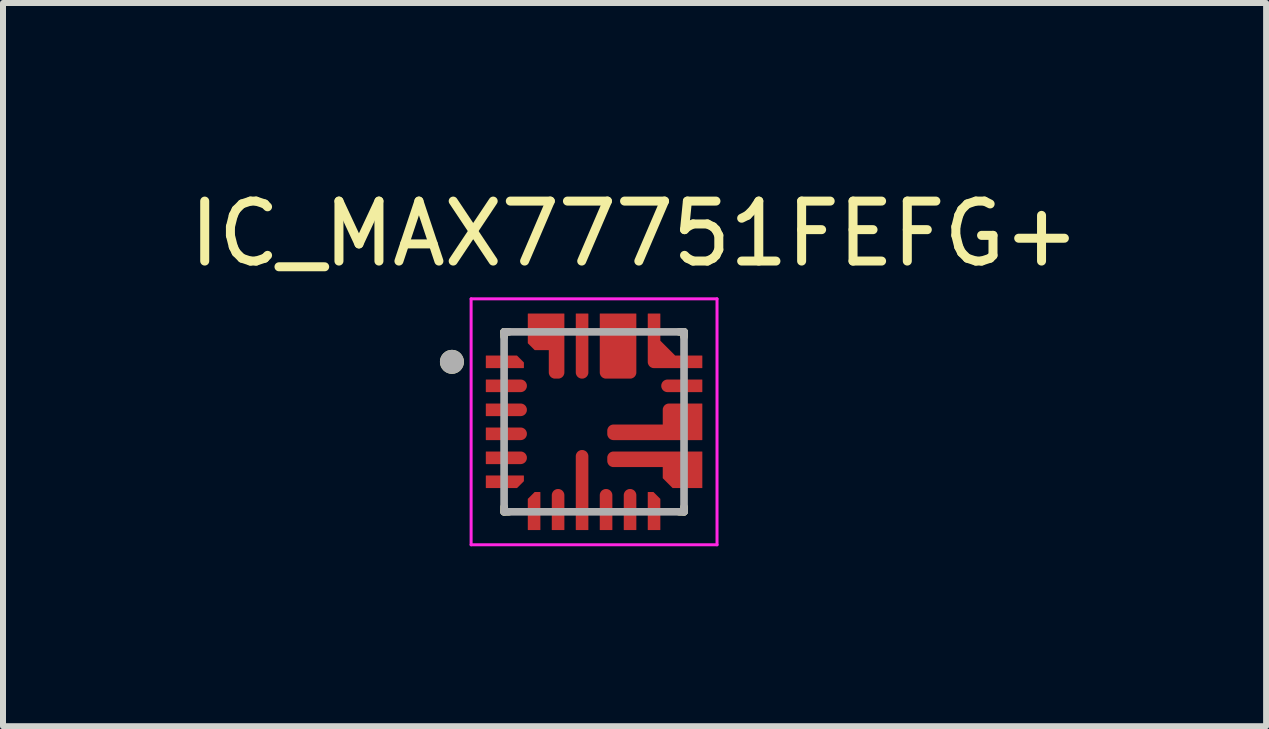
<source format=kicad_pcb>
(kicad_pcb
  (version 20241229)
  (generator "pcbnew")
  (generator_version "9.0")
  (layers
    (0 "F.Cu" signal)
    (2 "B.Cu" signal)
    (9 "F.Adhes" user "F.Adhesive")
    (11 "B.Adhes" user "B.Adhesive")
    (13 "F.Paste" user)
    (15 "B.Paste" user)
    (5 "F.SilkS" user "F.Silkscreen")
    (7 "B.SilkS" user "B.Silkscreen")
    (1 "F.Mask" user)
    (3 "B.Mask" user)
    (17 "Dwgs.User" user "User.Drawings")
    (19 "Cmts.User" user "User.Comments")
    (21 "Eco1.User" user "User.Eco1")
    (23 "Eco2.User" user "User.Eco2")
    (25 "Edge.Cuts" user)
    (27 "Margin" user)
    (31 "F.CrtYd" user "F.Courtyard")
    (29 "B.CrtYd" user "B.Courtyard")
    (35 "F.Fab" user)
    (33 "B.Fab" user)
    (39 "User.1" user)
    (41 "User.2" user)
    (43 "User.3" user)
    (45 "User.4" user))
  (footprint "IC_MAX77751FEFG+"
    (layer "F.Cu")
    (at 6.855 3.983)
    (property "Reference" "IC_MAX77751FEFG+" (at 0.675 -3.135 0) (layer "F.SilkS") (effects (font (size 1 1) (thickness 0.15))))
    (attr through_hole)
    (fp_poly (pts (xy -1.85 -0.85) (xy -1.125 -0.85) (xy -1.125 -1.013) (xy -1.262 -1.15) (xy -1.85 -1.15)) (stroke (width 0.01) (type solid)) (fill yes) (layer "F.Mask"))
    (fp_poly (pts (xy -1.85 0.85) (xy -1.125 0.85) (xy -1.125 1.013) (xy -1.262 1.15) (xy -1.85 1.15)) (stroke (width 0.01) (type solid)) (fill yes) (layer "F.Mask"))
    (fp_poly (pts (xy -0.85 1.85) (xy -0.85 1.125) (xy -1.013 1.125) (xy -1.15 1.262) (xy -1.15 1.85)) (stroke (width 0.01) (type solid)) (fill yes) (layer "F.Mask"))
    (fp_poly (pts (xy 0.85 1.85) (xy 0.85 1.125) (xy 1.013 1.125) (xy 1.15 1.262) (xy 1.15 1.85)) (stroke (width 0.01) (type solid)) (fill yes) (layer "F.Mask"))
    (fp_poly (pts (xy 1.85 -0.85) (xy 1 -0.85) (xy 0.992 -0.85) (xy 0.984 -0.851) (xy 0.977 -0.852) (xy 0.969 -0.853) (xy 0.961 -0.855) (xy 0.954 -0.857) (xy 0.946 -0.86) (xy 0.939 -0.863) (xy 0.932 -0.866) (xy 0.925 -0.87) (xy 0.918 -0.874) (xy 0.912 -0.879) (xy 0.906 -0.883) (xy 0.9 -0.889) (xy 0.894 -0.894) (xy 0.889 -0.9) (xy 0.883 -0.906) (xy 0.879 -0.912) (xy 0.874 -0.918) (xy 0.87 -0.925) (xy 0.866 -0.932) (xy 0.863 -0.939) (xy 0.86 -0.946) (xy 0.857 -0.954) (xy 0.855 -0.961) (xy 0.853 -0.969) (xy 0.852 -0.977) (xy 0.851 -0.984) (xy 0.85 -0.992) (xy 0.85 -1) (xy 0.85 -1.85) (xy 1.15 -1.85) (xy 1.15 -1.375) (xy 1.375 -1.15) (xy 1.85 -1.15) (xy 1.85 -0.85)) (stroke (width 0.01) (type solid)) (fill yes) (layer "F.Mask"))
    (fp_poly (pts (xy -1.85 -0.75) (xy -1.225 -0.75) (xy -1.217 -0.75) (xy -1.209 -0.749) (xy -1.202 -0.748) (xy -1.194 -0.747) (xy -1.186 -0.745) (xy -1.179 -0.743) (xy -1.171 -0.74) (xy -1.164 -0.737) (xy -1.157 -0.734) (xy -1.15 -0.73) (xy -1.143 -0.726) (xy -1.137 -0.721) (xy -1.131 -0.717) (xy -1.125 -0.711) (xy -1.119 -0.706) (xy -1.114 -0.7) (xy -1.108 -0.694) (xy -1.104 -0.688) (xy -1.099 -0.682) (xy -1.095 -0.675) (xy -1.091 -0.668) (xy -1.088 -0.661) (xy -1.085 -0.654) (xy -1.082 -0.646) (xy -1.08 -0.639) (xy -1.078 -0.631) (xy -1.077 -0.623) (xy -1.076 -0.616) (xy -1.075 -0.608) (xy -1.075 -0.6) (xy -1.075 -0.592) (xy -1.076 -0.584) (xy -1.077 -0.577) (xy -1.078 -0.569) (xy -1.08 -0.561) (xy -1.082 -0.554) (xy -1.085 -0.546) (xy -1.088 -0.539) (xy -1.091 -0.532) (xy -1.095 -0.525) (xy -1.099 -0.518) (xy -1.104 -0.512) (xy -1.108 -0.506) (xy -1.114 -0.5) (xy -1.119 -0.494) (xy -1.125 -0.489) (xy -1.131 -0.483) (xy -1.137 -0.479) (xy -1.143 -0.474) (xy -1.15 -0.47) (xy -1.157 -0.466) (xy -1.164 -0.463) (xy -1.171 -0.46) (xy -1.179 -0.457) (xy -1.186 -0.455) (xy -1.194 -0.453) (xy -1.202 -0.452) (xy -1.209 -0.451) (xy -1.217 -0.45) (xy -1.225 -0.45) (xy -1.85 -0.45) (xy -1.85 -0.75)) (stroke (width 0.01) (type solid)) (fill yes) (layer "F.Mask"))
    (fp_poly (pts (xy -1.85 -0.35) (xy -1.225 -0.35) (xy -1.217 -0.35) (xy -1.209 -0.349) (xy -1.202 -0.348) (xy -1.194 -0.347) (xy -1.186 -0.345) (xy -1.179 -0.343) (xy -1.171 -0.34) (xy -1.164 -0.337) (xy -1.157 -0.334) (xy -1.15 -0.33) (xy -1.143 -0.326) (xy -1.137 -0.321) (xy -1.131 -0.317) (xy -1.125 -0.311) (xy -1.119 -0.306) (xy -1.114 -0.3) (xy -1.108 -0.294) (xy -1.104 -0.288) (xy -1.099 -0.282) (xy -1.095 -0.275) (xy -1.091 -0.268) (xy -1.088 -0.261) (xy -1.085 -0.254) (xy -1.082 -0.246) (xy -1.08 -0.239) (xy -1.078 -0.231) (xy -1.077 -0.223) (xy -1.076 -0.216) (xy -1.075 -0.208) (xy -1.075 -0.2) (xy -1.075 -0.192) (xy -1.076 -0.184) (xy -1.077 -0.177) (xy -1.078 -0.169) (xy -1.08 -0.161) (xy -1.082 -0.154) (xy -1.085 -0.146) (xy -1.088 -0.139) (xy -1.091 -0.132) (xy -1.095 -0.125) (xy -1.099 -0.118) (xy -1.104 -0.112) (xy -1.108 -0.106) (xy -1.114 -0.1) (xy -1.119 -0.094) (xy -1.125 -0.089) (xy -1.131 -0.083) (xy -1.137 -0.079) (xy -1.143 -0.074) (xy -1.15 -0.07) (xy -1.157 -0.066) (xy -1.164 -0.063) (xy -1.171 -0.06) (xy -1.179 -0.057) (xy -1.186 -0.055) (xy -1.194 -0.053) (xy -1.202 -0.052) (xy -1.209 -0.051) (xy -1.217 -0.05) (xy -1.225 -0.05) (xy -1.85 -0.05) (xy -1.85 -0.35)) (stroke (width 0.01) (type solid)) (fill yes) (layer "F.Mask"))
    (fp_poly (pts (xy -1.85 0.05) (xy -1.225 0.05) (xy -1.217 0.05) (xy -1.209 0.051) (xy -1.202 0.052) (xy -1.194 0.053) (xy -1.186 0.055) (xy -1.179 0.057) (xy -1.171 0.06) (xy -1.164 0.063) (xy -1.157 0.066) (xy -1.15 0.07) (xy -1.143 0.074) (xy -1.137 0.079) (xy -1.131 0.083) (xy -1.125 0.089) (xy -1.119 0.094) (xy -1.114 0.1) (xy -1.108 0.106) (xy -1.104 0.112) (xy -1.099 0.118) (xy -1.095 0.125) (xy -1.091 0.132) (xy -1.088 0.139) (xy -1.085 0.146) (xy -1.082 0.154) (xy -1.08 0.161) (xy -1.078 0.169) (xy -1.077 0.177) (xy -1.076 0.184) (xy -1.075 0.192) (xy -1.075 0.2) (xy -1.075 0.208) (xy -1.076 0.216) (xy -1.077 0.223) (xy -1.078 0.231) (xy -1.08 0.239) (xy -1.082 0.246) (xy -1.085 0.254) (xy -1.088 0.261) (xy -1.091 0.268) (xy -1.095 0.275) (xy -1.099 0.282) (xy -1.104 0.288) (xy -1.108 0.294) (xy -1.114 0.3) (xy -1.119 0.306) (xy -1.125 0.311) (xy -1.131 0.317) (xy -1.137 0.321) (xy -1.143 0.326) (xy -1.15 0.33) (xy -1.157 0.334) (xy -1.164 0.337) (xy -1.171 0.34) (xy -1.179 0.343) (xy -1.186 0.345) (xy -1.194 0.347) (xy -1.202 0.348) (xy -1.209 0.349) (xy -1.217 0.35) (xy -1.225 0.35) (xy -1.85 0.35) (xy -1.85 0.05)) (stroke (width 0.01) (type solid)) (fill yes) (layer "F.Mask"))
    (fp_poly (pts (xy -1.85 0.45) (xy -1.225 0.45) (xy -1.217 0.45) (xy -1.209 0.451) (xy -1.202 0.452) (xy -1.194 0.453) (xy -1.186 0.455) (xy -1.179 0.457) (xy -1.171 0.46) (xy -1.164 0.463) (xy -1.157 0.466) (xy -1.15 0.47) (xy -1.143 0.474) (xy -1.137 0.479) (xy -1.131 0.483) (xy -1.125 0.489) (xy -1.119 0.494) (xy -1.114 0.5) (xy -1.108 0.506) (xy -1.104 0.512) (xy -1.099 0.518) (xy -1.095 0.525) (xy -1.091 0.532) (xy -1.088 0.539) (xy -1.085 0.546) (xy -1.082 0.554) (xy -1.08 0.561) (xy -1.078 0.569) (xy -1.077 0.577) (xy -1.076 0.584) (xy -1.075 0.592) (xy -1.075 0.6) (xy -1.075 0.608) (xy -1.076 0.616) (xy -1.077 0.623) (xy -1.078 0.631) (xy -1.08 0.639) (xy -1.082 0.646) (xy -1.085 0.654) (xy -1.088 0.661) (xy -1.091 0.668) (xy -1.095 0.675) (xy -1.099 0.682) (xy -1.104 0.688) (xy -1.108 0.694) (xy -1.114 0.7) (xy -1.119 0.706) (xy -1.125 0.711) (xy -1.131 0.717) (xy -1.137 0.721) (xy -1.143 0.726) (xy -1.15 0.73) (xy -1.157 0.734) (xy -1.164 0.737) (xy -1.171 0.74) (xy -1.179 0.743) (xy -1.186 0.745) (xy -1.194 0.747) (xy -1.202 0.748) (xy -1.209 0.749) (xy -1.217 0.75) (xy -1.225 0.75) (xy -1.85 0.75) (xy -1.85 0.45)) (stroke (width 0.01) (type solid)) (fill yes) (layer "F.Mask"))
    (fp_poly (pts (xy -0.75 1.85) (xy -0.75 1.225) (xy -0.75 1.217) (xy -0.749 1.209) (xy -0.748 1.202) (xy -0.747 1.194) (xy -0.745 1.186) (xy -0.743 1.179) (xy -0.74 1.171) (xy -0.737 1.164) (xy -0.734 1.157) (xy -0.73 1.15) (xy -0.726 1.143) (xy -0.721 1.137) (xy -0.717 1.131) (xy -0.711 1.125) (xy -0.706 1.119) (xy -0.7 1.114) (xy -0.694 1.108) (xy -0.688 1.104) (xy -0.682 1.099) (xy -0.675 1.095) (xy -0.668 1.091) (xy -0.661 1.088) (xy -0.654 1.085) (xy -0.646 1.082) (xy -0.639 1.08) (xy -0.631 1.078) (xy -0.623 1.077) (xy -0.616 1.076) (xy -0.608 1.075) (xy -0.6 1.075) (xy -0.592 1.075) (xy -0.584 1.076) (xy -0.577 1.077) (xy -0.569 1.078) (xy -0.561 1.08) (xy -0.554 1.082) (xy -0.546 1.085) (xy -0.539 1.088) (xy -0.532 1.091) (xy -0.525 1.095) (xy -0.518 1.099) (xy -0.512 1.104) (xy -0.506 1.108) (xy -0.5 1.114) (xy -0.494 1.119) (xy -0.489 1.125) (xy -0.483 1.131) (xy -0.479 1.137) (xy -0.474 1.143) (xy -0.47 1.15) (xy -0.466 1.157) (xy -0.463 1.164) (xy -0.46 1.171) (xy -0.457 1.179) (xy -0.455 1.186) (xy -0.453 1.194) (xy -0.452 1.202) (xy -0.451 1.209) (xy -0.45 1.217) (xy -0.45 1.225) (xy -0.45 1.85) (xy -0.75 1.85)) (stroke (width 0.01) (type solid)) (fill yes) (layer "F.Mask"))
    (fp_poly (pts (xy -0.35 1.85) (xy -0.35 0.575) (xy -0.35 0.567) (xy -0.349 0.559) (xy -0.348 0.552) (xy -0.347 0.544) (xy -0.345 0.536) (xy -0.343 0.529) (xy -0.34 0.521) (xy -0.337 0.514) (xy -0.334 0.507) (xy -0.33 0.5) (xy -0.326 0.493) (xy -0.321 0.487) (xy -0.317 0.481) (xy -0.311 0.475) (xy -0.306 0.469) (xy -0.3 0.464) (xy -0.294 0.458) (xy -0.288 0.454) (xy -0.282 0.449) (xy -0.275 0.445) (xy -0.268 0.441) (xy -0.261 0.438) (xy -0.254 0.435) (xy -0.246 0.432) (xy -0.239 0.43) (xy -0.231 0.428) (xy -0.223 0.427) (xy -0.216 0.426) (xy -0.208 0.425) (xy -0.2 0.425) (xy -0.192 0.425) (xy -0.184 0.426) (xy -0.177 0.427) (xy -0.169 0.428) (xy -0.161 0.43) (xy -0.154 0.432) (xy -0.146 0.435) (xy -0.139 0.438) (xy -0.132 0.441) (xy -0.125 0.445) (xy -0.118 0.449) (xy -0.112 0.454) (xy -0.106 0.458) (xy -0.1 0.464) (xy -0.094 0.469) (xy -0.089 0.475) (xy -0.083 0.481) (xy -0.079 0.487) (xy -0.074 0.493) (xy -0.07 0.5) (xy -0.066 0.507) (xy -0.063 0.514) (xy -0.06 0.521) (xy -0.057 0.529) (xy -0.055 0.536) (xy -0.053 0.544) (xy -0.052 0.552) (xy -0.051 0.559) (xy -0.05 0.567) (xy -0.05 0.575) (xy -0.05 1.85) (xy -0.35 1.85)) (stroke (width 0.01) (type solid)) (fill yes) (layer "F.Mask"))
    (fp_poly (pts (xy -0.05 -1.85) (xy -0.05 -0.825) (xy -0.05 -0.817) (xy -0.051 -0.809) (xy -0.052 -0.802) (xy -0.053 -0.794) (xy -0.055 -0.786) (xy -0.057 -0.779) (xy -0.06 -0.771) (xy -0.063 -0.764) (xy -0.066 -0.757) (xy -0.07 -0.75) (xy -0.074 -0.743) (xy -0.079 -0.737) (xy -0.083 -0.731) (xy -0.089 -0.725) (xy -0.094 -0.719) (xy -0.1 -0.714) (xy -0.106 -0.708) (xy -0.112 -0.704) (xy -0.118 -0.699) (xy -0.125 -0.695) (xy -0.132 -0.691) (xy -0.139 -0.688) (xy -0.146 -0.685) (xy -0.154 -0.682) (xy -0.161 -0.68) (xy -0.169 -0.678) (xy -0.177 -0.677) (xy -0.184 -0.676) (xy -0.192 -0.675) (xy -0.2 -0.675) (xy -0.208 -0.675) (xy -0.216 -0.676) (xy -0.223 -0.677) (xy -0.231 -0.678) (xy -0.239 -0.68) (xy -0.246 -0.682) (xy -0.254 -0.685) (xy -0.261 -0.688) (xy -0.268 -0.691) (xy -0.275 -0.695) (xy -0.282 -0.699) (xy -0.288 -0.704) (xy -0.294 -0.708) (xy -0.3 -0.714) (xy -0.306 -0.719) (xy -0.311 -0.725) (xy -0.317 -0.731) (xy -0.321 -0.737) (xy -0.326 -0.743) (xy -0.33 -0.75) (xy -0.334 -0.757) (xy -0.337 -0.764) (xy -0.34 -0.771) (xy -0.343 -0.779) (xy -0.345 -0.786) (xy -0.347 -0.794) (xy -0.348 -0.802) (xy -0.349 -0.809) (xy -0.35 -0.817) (xy -0.35 -0.825) (xy -0.35 -1.85) (xy -0.05 -1.85)) (stroke (width 0.01) (type solid)) (fill yes) (layer "F.Mask"))
    (fp_poly (pts (xy 0.05 1.85) (xy 0.05 1.225) (xy 0.05 1.217) (xy 0.051 1.209) (xy 0.052 1.202) (xy 0.053 1.194) (xy 0.055 1.186) (xy 0.057 1.179) (xy 0.06 1.171) (xy 0.063 1.164) (xy 0.066 1.157) (xy 0.07 1.15) (xy 0.074 1.143) (xy 0.079 1.137) (xy 0.083 1.131) (xy 0.089 1.125) (xy 0.094 1.119) (xy 0.1 1.114) (xy 0.106 1.108) (xy 0.112 1.104) (xy 0.118 1.099) (xy 0.125 1.095) (xy 0.132 1.091) (xy 0.139 1.088) (xy 0.146 1.085) (xy 0.154 1.082) (xy 0.161 1.08) (xy 0.169 1.078) (xy 0.177 1.077) (xy 0.184 1.076) (xy 0.192 1.075) (xy 0.2 1.075) (xy 0.208 1.075) (xy 0.216 1.076) (xy 0.223 1.077) (xy 0.231 1.078) (xy 0.239 1.08) (xy 0.246 1.082) (xy 0.254 1.085) (xy 0.261 1.088) (xy 0.268 1.091) (xy 0.275 1.095) (xy 0.282 1.099) (xy 0.288 1.104) (xy 0.294 1.108) (xy 0.3 1.114) (xy 0.306 1.119) (xy 0.311 1.125) (xy 0.317 1.131) (xy 0.321 1.137) (xy 0.326 1.143) (xy 0.33 1.15) (xy 0.334 1.157) (xy 0.337 1.164) (xy 0.34 1.171) (xy 0.343 1.179) (xy 0.345 1.186) (xy 0.347 1.194) (xy 0.348 1.202) (xy 0.349 1.209) (xy 0.35 1.217) (xy 0.35 1.225) (xy 0.35 1.85) (xy 0.05 1.85)) (stroke (width 0.01) (type solid)) (fill yes) (layer "F.Mask"))
    (fp_poly (pts (xy 0.45 1.85) (xy 0.45 1.225) (xy 0.45 1.217) (xy 0.451 1.209) (xy 0.452 1.202) (xy 0.453 1.194) (xy 0.455 1.186) (xy 0.457 1.179) (xy 0.46 1.171) (xy 0.463 1.164) (xy 0.466 1.157) (xy 0.47 1.15) (xy 0.474 1.143) (xy 0.479 1.137) (xy 0.483 1.131) (xy 0.489 1.125) (xy 0.494 1.119) (xy 0.5 1.114) (xy 0.506 1.108) (xy 0.512 1.104) (xy 0.518 1.099) (xy 0.525 1.095) (xy 0.532 1.091) (xy 0.539 1.088) (xy 0.546 1.085) (xy 0.554 1.082) (xy 0.561 1.08) (xy 0.569 1.078) (xy 0.577 1.077) (xy 0.584 1.076) (xy 0.592 1.075) (xy 0.6 1.075) (xy 0.608 1.075) (xy 0.616 1.076) (xy 0.623 1.077) (xy 0.631 1.078) (xy 0.639 1.08) (xy 0.646 1.082) (xy 0.654 1.085) (xy 0.661 1.088) (xy 0.668 1.091) (xy 0.675 1.095) (xy 0.682 1.099) (xy 0.688 1.104) (xy 0.694 1.108) (xy 0.7 1.114) (xy 0.706 1.119) (xy 0.711 1.125) (xy 0.717 1.131) (xy 0.721 1.137) (xy 0.726 1.143) (xy 0.73 1.15) (xy 0.734 1.157) (xy 0.737 1.164) (xy 0.74 1.171) (xy 0.743 1.179) (xy 0.745 1.186) (xy 0.747 1.194) (xy 0.748 1.202) (xy 0.749 1.209) (xy 0.75 1.217) (xy 0.75 1.225) (xy 0.75 1.85) (xy 0.45 1.85)) (stroke (width 0.01) (type solid)) (fill yes) (layer "F.Mask"))
    (fp_poly (pts (xy 1.85 -0.45) (xy 1.225 -0.45) (xy 1.217 -0.45) (xy 1.209 -0.451) (xy 1.202 -0.452) (xy 1.194 -0.453) (xy 1.186 -0.455) (xy 1.179 -0.457) (xy 1.171 -0.46) (xy 1.164 -0.463) (xy 1.157 -0.466) (xy 1.15 -0.47) (xy 1.143 -0.474) (xy 1.137 -0.479) (xy 1.131 -0.483) (xy 1.125 -0.489) (xy 1.119 -0.494) (xy 1.114 -0.5) (xy 1.108 -0.506) (xy 1.104 -0.512) (xy 1.099 -0.518) (xy 1.095 -0.525) (xy 1.091 -0.532) (xy 1.088 -0.539) (xy 1.085 -0.546) (xy 1.082 -0.554) (xy 1.08 -0.561) (xy 1.078 -0.569) (xy 1.077 -0.577) (xy 1.076 -0.584) (xy 1.075 -0.592) (xy 1.075 -0.6) (xy 1.075 -0.608) (xy 1.076 -0.616) (xy 1.077 -0.623) (xy 1.078 -0.631) (xy 1.08 -0.639) (xy 1.082 -0.646) (xy 1.085 -0.654) (xy 1.088 -0.661) (xy 1.091 -0.668) (xy 1.095 -0.675) (xy 1.099 -0.682) (xy 1.104 -0.688) (xy 1.108 -0.694) (xy 1.114 -0.7) (xy 1.119 -0.706) (xy 1.125 -0.711) (xy 1.131 -0.717) (xy 1.137 -0.721) (xy 1.143 -0.726) (xy 1.15 -0.73) (xy 1.157 -0.734) (xy 1.164 -0.737) (xy 1.171 -0.74) (xy 1.179 -0.743) (xy 1.186 -0.745) (xy 1.194 -0.747) (xy 1.202 -0.748) (xy 1.209 -0.749) (xy 1.217 -0.75) (xy 1.225 -0.75) (xy 1.85 -0.75) (xy 1.85 -0.45)) (stroke (width 0.01) (type solid)) (fill yes) (layer "F.Mask"))
    (fp_poly (pts (xy 0.75 -1.85) (xy 0.75 -0.825) (xy 0.75 -0.817) (xy 0.749 -0.809) (xy 0.748 -0.802) (xy 0.747 -0.794) (xy 0.745 -0.786) (xy 0.743 -0.779) (xy 0.74 -0.771) (xy 0.737 -0.764) (xy 0.734 -0.757) (xy 0.73 -0.75) (xy 0.726 -0.743) (xy 0.721 -0.737) (xy 0.717 -0.731) (xy 0.711 -0.725) (xy 0.706 -0.719) (xy 0.7 -0.714) (xy 0.694 -0.708) (xy 0.688 -0.704) (xy 0.682 -0.699) (xy 0.675 -0.695) (xy 0.668 -0.691) (xy 0.661 -0.688) (xy 0.654 -0.685) (xy 0.646 -0.682) (xy 0.639 -0.68) (xy 0.631 -0.678) (xy 0.623 -0.677) (xy 0.616 -0.676) (xy 0.608 -0.675) (xy 0.6 -0.675) (xy 0.2 -0.675) (xy 0.192 -0.675) (xy 0.184 -0.676) (xy 0.177 -0.677) (xy 0.169 -0.678) (xy 0.161 -0.68) (xy 0.154 -0.682) (xy 0.146 -0.685) (xy 0.139 -0.688) (xy 0.132 -0.691) (xy 0.125 -0.695) (xy 0.118 -0.699) (xy 0.112 -0.704) (xy 0.106 -0.708) (xy 0.1 -0.714) (xy 0.094 -0.719) (xy 0.089 -0.725) (xy 0.083 -0.731) (xy 0.079 -0.737) (xy 0.074 -0.743) (xy 0.07 -0.75) (xy 0.066 -0.757) (xy 0.063 -0.764) (xy 0.06 -0.771) (xy 0.057 -0.779) (xy 0.055 -0.786) (xy 0.053 -0.794) (xy 0.052 -0.802) (xy 0.051 -0.809) (xy 0.05 -0.817) (xy 0.05 -0.825) (xy 0.05 -1.85) (xy 0.75 -1.85)) (stroke (width 0.01) (type solid)) (fill yes) (layer "F.Mask"))
    (fp_poly (pts (xy -0.45 -1.85) (xy -0.45 -0.825) (xy -0.45 -0.817) (xy -0.451 -0.809) (xy -0.452 -0.802) (xy -0.453 -0.794) (xy -0.455 -0.786) (xy -0.457 -0.779) (xy -0.46 -0.771) (xy -0.463 -0.764) (xy -0.466 -0.757) (xy -0.47 -0.75) (xy -0.474 -0.743) (xy -0.479 -0.737) (xy -0.483 -0.731) (xy -0.489 -0.725) (xy -0.494 -0.719) (xy -0.5 -0.714) (xy -0.506 -0.708) (xy -0.512 -0.704) (xy -0.518 -0.699) (xy -0.525 -0.695) (xy -0.532 -0.691) (xy -0.539 -0.688) (xy -0.546 -0.685) (xy -0.554 -0.682) (xy -0.561 -0.68) (xy -0.569 -0.678) (xy -0.577 -0.677) (xy -0.584 -0.676) (xy -0.592 -0.675) (xy -0.6 -0.675) (xy -0.65 -0.675) (xy -0.658 -0.675) (xy -0.666 -0.676) (xy -0.673 -0.677) (xy -0.681 -0.678) (xy -0.689 -0.68) (xy -0.696 -0.682) (xy -0.704 -0.685) (xy -0.711 -0.688) (xy -0.718 -0.691) (xy -0.725 -0.695) (xy -0.732 -0.699) (xy -0.738 -0.704) (xy -0.744 -0.708) (xy -0.75 -0.714) (xy -0.756 -0.719) (xy -0.761 -0.725) (xy -0.767 -0.731) (xy -0.771 -0.737) (xy -0.776 -0.743) (xy -0.78 -0.75) (xy -0.784 -0.757) (xy -0.787 -0.764) (xy -0.79 -0.771) (xy -0.793 -0.779) (xy -0.795 -0.786) (xy -0.797 -0.794) (xy -0.798 -0.802) (xy -0.799 -0.809) (xy -0.8 -0.817) (xy -0.8 -0.825) (xy -0.8 -1.15) (xy -1.013 -1.15) (xy -1.15 -1.287) (xy -1.15 -1.85) (xy -0.45 -1.85)) (stroke (width 0.01) (type solid)) (fill yes) (layer "F.Mask"))
    (fp_poly (pts (xy 1.85 1.15) (xy 1.287 1.15) (xy 1.1 0.963) (xy 1.1 0.8) (xy 0.325 0.8) (xy 0.317 0.8) (xy 0.309 0.799) (xy 0.302 0.798) (xy 0.294 0.797) (xy 0.286 0.795) (xy 0.279 0.793) (xy 0.271 0.79) (xy 0.264 0.787) (xy 0.257 0.784) (xy 0.25 0.78) (xy 0.243 0.776) (xy 0.237 0.771) (xy 0.231 0.767) (xy 0.225 0.761) (xy 0.219 0.756) (xy 0.214 0.75) (xy 0.208 0.744) (xy 0.204 0.738) (xy 0.199 0.732) (xy 0.195 0.725) (xy 0.191 0.718) (xy 0.188 0.711) (xy 0.185 0.704) (xy 0.182 0.696) (xy 0.18 0.689) (xy 0.178 0.681) (xy 0.177 0.673) (xy 0.176 0.666) (xy 0.175 0.658) (xy 0.175 0.65) (xy 0.175 0.6) (xy 0.175 0.592) (xy 0.176 0.584) (xy 0.177 0.577) (xy 0.178 0.569) (xy 0.18 0.561) (xy 0.182 0.554) (xy 0.185 0.546) (xy 0.188 0.539) (xy 0.191 0.532) (xy 0.195 0.525) (xy 0.199 0.518) (xy 0.204 0.512) (xy 0.208 0.506) (xy 0.214 0.5) (xy 0.219 0.494) (xy 0.225 0.489) (xy 0.231 0.483) (xy 0.237 0.479) (xy 0.243 0.474) (xy 0.25 0.47) (xy 0.257 0.466) (xy 0.264 0.463) (xy 0.271 0.46) (xy 0.279 0.457) (xy 0.286 0.455) (xy 0.294 0.453) (xy 0.302 0.452) (xy 0.309 0.451) (xy 0.317 0.45) (xy 0.325 0.45) (xy 1.85 0.45) (xy 1.85 1.15)) (stroke (width 0.01) (type solid)) (fill yes) (layer "F.Mask"))
    (fp_poly (pts (xy 1.85 0.35) (xy 0.325 0.35) (xy 0.317 0.35) (xy 0.309 0.349) (xy 0.302 0.348) (xy 0.294 0.347) (xy 0.286 0.345) (xy 0.279 0.343) (xy 0.271 0.34) (xy 0.264 0.337) (xy 0.257 0.334) (xy 0.25 0.33) (xy 0.243 0.326) (xy 0.237 0.321) (xy 0.231 0.317) (xy 0.225 0.311) (xy 0.219 0.306) (xy 0.214 0.3) (xy 0.208 0.294) (xy 0.204 0.288) (xy 0.199 0.282) (xy 0.195 0.275) (xy 0.191 0.268) (xy 0.188 0.261) (xy 0.185 0.254) (xy 0.182 0.246) (xy 0.18 0.239) (xy 0.178 0.231) (xy 0.177 0.223) (xy 0.176 0.216) (xy 0.175 0.208) (xy 0.175 0.2) (xy 0.175 0.15) (xy 0.175 0.142) (xy 0.176 0.134) (xy 0.177 0.127) (xy 0.178 0.119) (xy 0.18 0.111) (xy 0.182 0.104) (xy 0.185 0.096) (xy 0.188 0.089) (xy 0.191 0.082) (xy 0.195 0.075) (xy 0.199 0.068) (xy 0.204 0.062) (xy 0.208 0.056) (xy 0.214 0.05) (xy 0.219 0.044) (xy 0.225 0.039) (xy 0.231 0.033) (xy 0.237 0.029) (xy 0.243 0.024) (xy 0.25 0.02) (xy 0.257 0.016) (xy 0.264 0.013) (xy 0.271 0.01) (xy 0.279 0.007) (xy 0.286 0.005) (xy 0.294 0.003) (xy 0.302 0.002) (xy 0.309 0.001) (xy 0.317 0) (xy 0.325 0) (xy 1.1 0) (xy 1.1 -0.2) (xy 1.1 -0.208) (xy 1.101 -0.216) (xy 1.102 -0.223) (xy 1.103 -0.231) (xy 1.105 -0.239) (xy 1.107 -0.246) (xy 1.11 -0.254) (xy 1.113 -0.261) (xy 1.116 -0.268) (xy 1.12 -0.275) (xy 1.124 -0.282) (xy 1.129 -0.288) (xy 1.133 -0.294) (xy 1.139 -0.3) (xy 1.144 -0.306) (xy 1.15 -0.311) (xy 1.156 -0.317) (xy 1.162 -0.321) (xy 1.168 -0.326) (xy 1.175 -0.33) (xy 1.182 -0.334) (xy 1.189 -0.337) (xy 1.196 -0.34) (xy 1.204 -0.343) (xy 1.211 -0.345) (xy 1.219 -0.347) (xy 1.227 -0.348) (xy 1.234 -0.349) (xy 1.242 -0.35) (xy 1.25 -0.35) (xy 1.85 -0.35) (xy 1.85 0.35)) (stroke (width 0.01) (type solid)) (fill yes) (layer "F.Mask"))
    (fp_line (start -1.5 -1.5) (end -1.5 -1.42) (stroke (width 0.127) (type solid)) (layer "F.SilkS"))
    (fp_line (start -1.5 -1.5) (end -1.42 -1.5) (stroke (width 0.127) (type solid)) (layer "F.SilkS"))
    (fp_line (start -1.5 1.5) (end -1.5 1.42) (stroke (width 0.127) (type solid)) (layer "F.SilkS"))
    (fp_line (start -1.5 1.5) (end -1.42 1.5) (stroke (width 0.127) (type solid)) (layer "F.SilkS"))
    (fp_line (start 1.5 -1.5) (end 1.42 -1.5) (stroke (width 0.127) (type solid)) (layer "F.SilkS"))
    (fp_line (start 1.5 -1.5) (end 1.5 -1.42) (stroke (width 0.127) (type solid)) (layer "F.SilkS"))
    (fp_line (start 1.5 1.5) (end 1.42 1.5) (stroke (width 0.127) (type solid)) (layer "F.SilkS"))
    (fp_line (start 1.5 1.5) (end 1.5 1.42) (stroke (width 0.127) (type solid)) (layer "F.SilkS"))
    (fp_circle (center -2.37 -1) (end -2.27 -1) (stroke (width 0.2) (type solid)) (fill no) (layer "F.SilkS"))
    (fp_poly (pts (xy -1.8 -0.9) (xy -1.175 -0.9) (xy -1.175 -0.988) (xy -1.287 -1.1) (xy -1.8 -1.1)) (stroke (width 0.01) (type solid)) (fill yes) (layer "F.Paste"))
    (fp_poly (pts (xy -1.8 0.9) (xy -1.175 0.9) (xy -1.175 0.988) (xy -1.287 1.1) (xy -1.8 1.1)) (stroke (width 0.01) (type solid)) (fill yes) (layer "F.Paste"))
    (fp_poly (pts (xy -0.9 1.8) (xy -0.9 1.175) (xy -0.988 1.175) (xy -1.1 1.287) (xy -1.1 1.8)) (stroke (width 0.01) (type solid)) (fill yes) (layer "F.Paste"))
    (fp_poly (pts (xy 0.9 1.8) (xy 0.9 1.175) (xy 0.988 1.175) (xy 1.1 1.287) (xy 1.1 1.8)) (stroke (width 0.01) (type solid)) (fill yes) (layer "F.Paste"))
    (fp_poly (pts (xy 1.8 -0.9) (xy 1 -0.9) (xy 0.995 -0.9) (xy 0.99 -0.901) (xy 0.984 -0.901) (xy 0.979 -0.902) (xy 0.974 -0.903) (xy 0.969 -0.905) (xy 0.964 -0.907) (xy 0.959 -0.909) (xy 0.955 -0.911) (xy 0.95 -0.913) (xy 0.946 -0.916) (xy 0.941 -0.919) (xy 0.937 -0.922) (xy 0.933 -0.926) (xy 0.929 -0.929) (xy 0.926 -0.933) (xy 0.922 -0.937) (xy 0.919 -0.941) (xy 0.916 -0.946) (xy 0.913 -0.95) (xy 0.911 -0.955) (xy 0.909 -0.959) (xy 0.907 -0.964) (xy 0.905 -0.969) (xy 0.903 -0.974) (xy 0.902 -0.979) (xy 0.901 -0.984) (xy 0.901 -0.99) (xy 0.9 -0.995) (xy 0.9 -1) (xy 0.9 -1.8) (xy 1.1 -1.8) (xy 1.1 -1.35) (xy 1.35 -1.1) (xy 1.8 -1.1) (xy 1.8 -0.9)) (stroke (width 0.01) (type solid)) (fill yes) (layer "F.Paste"))
    (fp_poly (pts (xy -1.8 -0.7) (xy -1.225 -0.7) (xy -1.22 -0.7) (xy -1.215 -0.699) (xy -1.209 -0.699) (xy -1.204 -0.698) (xy -1.199 -0.697) (xy -1.194 -0.695) (xy -1.189 -0.693) (xy -1.184 -0.691) (xy -1.18 -0.689) (xy -1.175 -0.687) (xy -1.171 -0.684) (xy -1.166 -0.681) (xy -1.162 -0.678) (xy -1.158 -0.674) (xy -1.154 -0.671) (xy -1.151 -0.667) (xy -1.147 -0.663) (xy -1.144 -0.659) (xy -1.141 -0.654) (xy -1.138 -0.65) (xy -1.136 -0.645) (xy -1.134 -0.641) (xy -1.132 -0.636) (xy -1.13 -0.631) (xy -1.128 -0.626) (xy -1.127 -0.621) (xy -1.126 -0.616) (xy -1.126 -0.61) (xy -1.125 -0.605) (xy -1.125 -0.6) (xy -1.125 -0.595) (xy -1.126 -0.59) (xy -1.126 -0.584) (xy -1.127 -0.579) (xy -1.128 -0.574) (xy -1.13 -0.569) (xy -1.132 -0.564) (xy -1.134 -0.559) (xy -1.136 -0.555) (xy -1.138 -0.55) (xy -1.141 -0.546) (xy -1.144 -0.541) (xy -1.147 -0.537) (xy -1.151 -0.533) (xy -1.154 -0.529) (xy -1.158 -0.526) (xy -1.162 -0.522) (xy -1.166 -0.519) (xy -1.171 -0.516) (xy -1.175 -0.513) (xy -1.18 -0.511) (xy -1.184 -0.509) (xy -1.189 -0.507) (xy -1.194 -0.505) (xy -1.199 -0.503) (xy -1.204 -0.502) (xy -1.209 -0.501) (xy -1.215 -0.501) (xy -1.22 -0.5) (xy -1.225 -0.5) (xy -1.8 -0.5) (xy -1.8 -0.7)) (stroke (width 0.01) (type solid)) (fill yes) (layer "F.Paste"))
    (fp_poly (pts (xy -1.8 -0.3) (xy -1.225 -0.3) (xy -1.22 -0.3) (xy -1.215 -0.299) (xy -1.209 -0.299) (xy -1.204 -0.298) (xy -1.199 -0.297) (xy -1.194 -0.295) (xy -1.189 -0.293) (xy -1.184 -0.291) (xy -1.18 -0.289) (xy -1.175 -0.287) (xy -1.171 -0.284) (xy -1.166 -0.281) (xy -1.162 -0.278) (xy -1.158 -0.274) (xy -1.154 -0.271) (xy -1.151 -0.267) (xy -1.147 -0.263) (xy -1.144 -0.259) (xy -1.141 -0.254) (xy -1.138 -0.25) (xy -1.136 -0.245) (xy -1.134 -0.241) (xy -1.132 -0.236) (xy -1.13 -0.231) (xy -1.128 -0.226) (xy -1.127 -0.221) (xy -1.126 -0.216) (xy -1.126 -0.21) (xy -1.125 -0.205) (xy -1.125 -0.2) (xy -1.125 -0.195) (xy -1.126 -0.19) (xy -1.126 -0.184) (xy -1.127 -0.179) (xy -1.128 -0.174) (xy -1.13 -0.169) (xy -1.132 -0.164) (xy -1.134 -0.159) (xy -1.136 -0.155) (xy -1.138 -0.15) (xy -1.141 -0.146) (xy -1.144 -0.141) (xy -1.147 -0.137) (xy -1.151 -0.133) (xy -1.154 -0.129) (xy -1.158 -0.126) (xy -1.162 -0.122) (xy -1.166 -0.119) (xy -1.171 -0.116) (xy -1.175 -0.113) (xy -1.18 -0.111) (xy -1.184 -0.109) (xy -1.189 -0.107) (xy -1.194 -0.105) (xy -1.199 -0.103) (xy -1.204 -0.102) (xy -1.209 -0.101) (xy -1.215 -0.101) (xy -1.22 -0.1) (xy -1.225 -0.1) (xy -1.8 -0.1) (xy -1.8 -0.3)) (stroke (width 0.01) (type solid)) (fill yes) (layer "F.Paste"))
    (fp_poly (pts (xy -1.8 0.1) (xy -1.225 0.1) (xy -1.22 0.1) (xy -1.215 0.101) (xy -1.209 0.101) (xy -1.204 0.102) (xy -1.199 0.103) (xy -1.194 0.105) (xy -1.189 0.107) (xy -1.184 0.109) (xy -1.18 0.111) (xy -1.175 0.113) (xy -1.171 0.116) (xy -1.166 0.119) (xy -1.162 0.122) (xy -1.158 0.126) (xy -1.154 0.129) (xy -1.151 0.133) (xy -1.147 0.137) (xy -1.144 0.141) (xy -1.141 0.146) (xy -1.138 0.15) (xy -1.136 0.155) (xy -1.134 0.159) (xy -1.132 0.164) (xy -1.13 0.169) (xy -1.128 0.174) (xy -1.127 0.179) (xy -1.126 0.184) (xy -1.126 0.19) (xy -1.125 0.195) (xy -1.125 0.2) (xy -1.125 0.205) (xy -1.126 0.21) (xy -1.126 0.216) (xy -1.127 0.221) (xy -1.128 0.226) (xy -1.13 0.231) (xy -1.132 0.236) (xy -1.134 0.241) (xy -1.136 0.245) (xy -1.138 0.25) (xy -1.141 0.254) (xy -1.144 0.259) (xy -1.147 0.263) (xy -1.151 0.267) (xy -1.154 0.271) (xy -1.158 0.274) (xy -1.162 0.278) (xy -1.166 0.281) (xy -1.171 0.284) (xy -1.175 0.287) (xy -1.18 0.289) (xy -1.184 0.291) (xy -1.189 0.293) (xy -1.194 0.295) (xy -1.199 0.297) (xy -1.204 0.298) (xy -1.209 0.299) (xy -1.215 0.299) (xy -1.22 0.3) (xy -1.225 0.3) (xy -1.8 0.3) (xy -1.8 0.1)) (stroke (width 0.01) (type solid)) (fill yes) (layer "F.Paste"))
    (fp_poly (pts (xy -1.8 0.5) (xy -1.225 0.5) (xy -1.22 0.5) (xy -1.215 0.501) (xy -1.209 0.501) (xy -1.204 0.502) (xy -1.199 0.503) (xy -1.194 0.505) (xy -1.189 0.507) (xy -1.184 0.509) (xy -1.18 0.511) (xy -1.175 0.513) (xy -1.171 0.516) (xy -1.166 0.519) (xy -1.162 0.522) (xy -1.158 0.526) (xy -1.154 0.529) (xy -1.151 0.533) (xy -1.147 0.537) (xy -1.144 0.541) (xy -1.141 0.546) (xy -1.138 0.55) (xy -1.136 0.555) (xy -1.134 0.559) (xy -1.132 0.564) (xy -1.13 0.569) (xy -1.128 0.574) (xy -1.127 0.579) (xy -1.126 0.584) (xy -1.126 0.59) (xy -1.125 0.595) (xy -1.125 0.6) (xy -1.125 0.605) (xy -1.126 0.61) (xy -1.126 0.616) (xy -1.127 0.621) (xy -1.128 0.626) (xy -1.13 0.631) (xy -1.132 0.636) (xy -1.134 0.641) (xy -1.136 0.645) (xy -1.138 0.65) (xy -1.141 0.654) (xy -1.144 0.659) (xy -1.147 0.663) (xy -1.151 0.667) (xy -1.154 0.671) (xy -1.158 0.674) (xy -1.162 0.678) (xy -1.166 0.681) (xy -1.171 0.684) (xy -1.175 0.687) (xy -1.18 0.689) (xy -1.184 0.691) (xy -1.189 0.693) (xy -1.194 0.695) (xy -1.199 0.697) (xy -1.204 0.698) (xy -1.209 0.699) (xy -1.215 0.699) (xy -1.22 0.7) (xy -1.225 0.7) (xy -1.8 0.7) (xy -1.8 0.5)) (stroke (width 0.01) (type solid)) (fill yes) (layer "F.Paste"))
    (fp_poly (pts (xy -0.7 1.8) (xy -0.7 1.225) (xy -0.7 1.22) (xy -0.699 1.215) (xy -0.699 1.209) (xy -0.698 1.204) (xy -0.697 1.199) (xy -0.695 1.194) (xy -0.693 1.189) (xy -0.691 1.184) (xy -0.689 1.18) (xy -0.687 1.175) (xy -0.684 1.171) (xy -0.681 1.166) (xy -0.678 1.162) (xy -0.674 1.158) (xy -0.671 1.154) (xy -0.667 1.151) (xy -0.663 1.147) (xy -0.659 1.144) (xy -0.654 1.141) (xy -0.65 1.138) (xy -0.645 1.136) (xy -0.641 1.134) (xy -0.636 1.132) (xy -0.631 1.13) (xy -0.626 1.128) (xy -0.621 1.127) (xy -0.616 1.126) (xy -0.61 1.126) (xy -0.605 1.125) (xy -0.6 1.125) (xy -0.595 1.125) (xy -0.59 1.126) (xy -0.584 1.126) (xy -0.579 1.127) (xy -0.574 1.128) (xy -0.569 1.13) (xy -0.564 1.132) (xy -0.559 1.134) (xy -0.555 1.136) (xy -0.55 1.138) (xy -0.546 1.141) (xy -0.541 1.144) (xy -0.537 1.147) (xy -0.533 1.151) (xy -0.529 1.154) (xy -0.526 1.158) (xy -0.522 1.162) (xy -0.519 1.166) (xy -0.516 1.171) (xy -0.513 1.175) (xy -0.511 1.18) (xy -0.509 1.184) (xy -0.507 1.189) (xy -0.505 1.194) (xy -0.503 1.199) (xy -0.502 1.204) (xy -0.501 1.209) (xy -0.501 1.215) (xy -0.5 1.22) (xy -0.5 1.225) (xy -0.5 1.8) (xy -0.7 1.8)) (stroke (width 0.01) (type solid)) (fill yes) (layer "F.Paste"))
    (fp_poly (pts (xy -0.3 1.8) (xy -0.3 0.575) (xy -0.3 0.57) (xy -0.299 0.565) (xy -0.299 0.559) (xy -0.298 0.554) (xy -0.297 0.549) (xy -0.295 0.544) (xy -0.293 0.539) (xy -0.291 0.534) (xy -0.289 0.53) (xy -0.287 0.525) (xy -0.284 0.521) (xy -0.281 0.516) (xy -0.278 0.512) (xy -0.274 0.508) (xy -0.271 0.504) (xy -0.267 0.501) (xy -0.263 0.497) (xy -0.259 0.494) (xy -0.254 0.491) (xy -0.25 0.488) (xy -0.245 0.486) (xy -0.241 0.484) (xy -0.236 0.482) (xy -0.231 0.48) (xy -0.226 0.478) (xy -0.221 0.477) (xy -0.216 0.476) (xy -0.21 0.476) (xy -0.205 0.475) (xy -0.2 0.475) (xy -0.195 0.475) (xy -0.19 0.476) (xy -0.184 0.476) (xy -0.179 0.477) (xy -0.174 0.478) (xy -0.169 0.48) (xy -0.164 0.482) (xy -0.159 0.484) (xy -0.155 0.486) (xy -0.15 0.488) (xy -0.146 0.491) (xy -0.141 0.494) (xy -0.137 0.497) (xy -0.133 0.501) (xy -0.129 0.504) (xy -0.126 0.508) (xy -0.122 0.512) (xy -0.119 0.516) (xy -0.116 0.521) (xy -0.113 0.525) (xy -0.111 0.53) (xy -0.109 0.534) (xy -0.107 0.539) (xy -0.105 0.544) (xy -0.103 0.549) (xy -0.102 0.554) (xy -0.101 0.559) (xy -0.101 0.565) (xy -0.1 0.57) (xy -0.1 0.575) (xy -0.1 1.8) (xy -0.3 1.8)) (stroke (width 0.01) (type solid)) (fill yes) (layer "F.Paste"))
    (fp_poly (pts (xy -0.1 -1.8) (xy -0.1 -0.825) (xy -0.1 -0.82) (xy -0.101 -0.815) (xy -0.101 -0.809) (xy -0.102 -0.804) (xy -0.103 -0.799) (xy -0.105 -0.794) (xy -0.107 -0.789) (xy -0.109 -0.784) (xy -0.111 -0.78) (xy -0.113 -0.775) (xy -0.116 -0.771) (xy -0.119 -0.766) (xy -0.122 -0.762) (xy -0.126 -0.758) (xy -0.129 -0.754) (xy -0.133 -0.751) (xy -0.137 -0.747) (xy -0.141 -0.744) (xy -0.146 -0.741) (xy -0.15 -0.738) (xy -0.155 -0.736) (xy -0.159 -0.734) (xy -0.164 -0.732) (xy -0.169 -0.73) (xy -0.174 -0.728) (xy -0.179 -0.727) (xy -0.184 -0.726) (xy -0.19 -0.726) (xy -0.195 -0.725) (xy -0.2 -0.725) (xy -0.205 -0.725) (xy -0.21 -0.726) (xy -0.216 -0.726) (xy -0.221 -0.727) (xy -0.226 -0.728) (xy -0.231 -0.73) (xy -0.236 -0.732) (xy -0.241 -0.734) (xy -0.245 -0.736) (xy -0.25 -0.738) (xy -0.254 -0.741) (xy -0.259 -0.744) (xy -0.263 -0.747) (xy -0.267 -0.751) (xy -0.271 -0.754) (xy -0.274 -0.758) (xy -0.278 -0.762) (xy -0.281 -0.766) (xy -0.284 -0.771) (xy -0.287 -0.775) (xy -0.289 -0.78) (xy -0.291 -0.784) (xy -0.293 -0.789) (xy -0.295 -0.794) (xy -0.297 -0.799) (xy -0.298 -0.804) (xy -0.299 -0.809) (xy -0.299 -0.815) (xy -0.3 -0.82) (xy -0.3 -0.825) (xy -0.3 -1.8) (xy -0.1 -1.8)) (stroke (width 0.01) (type solid)) (fill yes) (layer "F.Paste"))
    (fp_poly (pts (xy 0.1 1.8) (xy 0.1 1.225) (xy 0.1 1.22) (xy 0.101 1.215) (xy 0.101 1.209) (xy 0.102 1.204) (xy 0.103 1.199) (xy 0.105 1.194) (xy 0.107 1.189) (xy 0.109 1.184) (xy 0.111 1.18) (xy 0.113 1.175) (xy 0.116 1.171) (xy 0.119 1.166) (xy 0.122 1.162) (xy 0.126 1.158) (xy 0.129 1.154) (xy 0.133 1.151) (xy 0.137 1.147) (xy 0.141 1.144) (xy 0.146 1.141) (xy 0.15 1.138) (xy 0.155 1.136) (xy 0.159 1.134) (xy 0.164 1.132) (xy 0.169 1.13) (xy 0.174 1.128) (xy 0.179 1.127) (xy 0.184 1.126) (xy 0.19 1.126) (xy 0.195 1.125) (xy 0.2 1.125) (xy 0.205 1.125) (xy 0.21 1.126) (xy 0.216 1.126) (xy 0.221 1.127) (xy 0.226 1.128) (xy 0.231 1.13) (xy 0.236 1.132) (xy 0.241 1.134) (xy 0.245 1.136) (xy 0.25 1.138) (xy 0.254 1.141) (xy 0.259 1.144) (xy 0.263 1.147) (xy 0.267 1.151) (xy 0.271 1.154) (xy 0.274 1.158) (xy 0.278 1.162) (xy 0.281 1.166) (xy 0.284 1.171) (xy 0.287 1.175) (xy 0.289 1.18) (xy 0.291 1.184) (xy 0.293 1.189) (xy 0.295 1.194) (xy 0.297 1.199) (xy 0.298 1.204) (xy 0.299 1.209) (xy 0.299 1.215) (xy 0.3 1.22) (xy 0.3 1.225) (xy 0.3 1.8) (xy 0.1 1.8)) (stroke (width 0.01) (type solid)) (fill yes) (layer "F.Paste"))
    (fp_poly (pts (xy 0.5 1.8) (xy 0.5 1.225) (xy 0.5 1.22) (xy 0.501 1.215) (xy 0.501 1.209) (xy 0.502 1.204) (xy 0.503 1.199) (xy 0.505 1.194) (xy 0.507 1.189) (xy 0.509 1.184) (xy 0.511 1.18) (xy 0.513 1.175) (xy 0.516 1.171) (xy 0.519 1.166) (xy 0.522 1.162) (xy 0.526 1.158) (xy 0.529 1.154) (xy 0.533 1.151) (xy 0.537 1.147) (xy 0.541 1.144) (xy 0.546 1.141) (xy 0.55 1.138) (xy 0.555 1.136) (xy 0.559 1.134) (xy 0.564 1.132) (xy 0.569 1.13) (xy 0.574 1.128) (xy 0.579 1.127) (xy 0.584 1.126) (xy 0.59 1.126) (xy 0.595 1.125) (xy 0.6 1.125) (xy 0.605 1.125) (xy 0.61 1.126) (xy 0.616 1.126) (xy 0.621 1.127) (xy 0.626 1.128) (xy 0.631 1.13) (xy 0.636 1.132) (xy 0.641 1.134) (xy 0.645 1.136) (xy 0.65 1.138) (xy 0.654 1.141) (xy 0.659 1.144) (xy 0.663 1.147) (xy 0.667 1.151) (xy 0.671 1.154) (xy 0.674 1.158) (xy 0.678 1.162) (xy 0.681 1.166) (xy 0.684 1.171) (xy 0.687 1.175) (xy 0.689 1.18) (xy 0.691 1.184) (xy 0.693 1.189) (xy 0.695 1.194) (xy 0.697 1.199) (xy 0.698 1.204) (xy 0.699 1.209) (xy 0.699 1.215) (xy 0.7 1.22) (xy 0.7 1.225) (xy 0.7 1.8) (xy 0.5 1.8)) (stroke (width 0.01) (type solid)) (fill yes) (layer "F.Paste"))
    (fp_poly (pts (xy 1.8 -0.5) (xy 1.225 -0.5) (xy 1.22 -0.5) (xy 1.215 -0.501) (xy 1.209 -0.501) (xy 1.204 -0.502) (xy 1.199 -0.503) (xy 1.194 -0.505) (xy 1.189 -0.507) (xy 1.184 -0.509) (xy 1.18 -0.511) (xy 1.175 -0.513) (xy 1.171 -0.516) (xy 1.166 -0.519) (xy 1.162 -0.522) (xy 1.158 -0.526) (xy 1.154 -0.529) (xy 1.151 -0.533) (xy 1.147 -0.537) (xy 1.144 -0.541) (xy 1.141 -0.546) (xy 1.138 -0.55) (xy 1.136 -0.555) (xy 1.134 -0.559) (xy 1.132 -0.564) (xy 1.13 -0.569) (xy 1.128 -0.574) (xy 1.127 -0.579) (xy 1.126 -0.584) (xy 1.126 -0.59) (xy 1.125 -0.595) (xy 1.125 -0.6) (xy 1.125 -0.605) (xy 1.126 -0.61) (xy 1.126 -0.616) (xy 1.127 -0.621) (xy 1.128 -0.626) (xy 1.13 -0.631) (xy 1.132 -0.636) (xy 1.134 -0.641) (xy 1.136 -0.645) (xy 1.138 -0.65) (xy 1.141 -0.654) (xy 1.144 -0.659) (xy 1.147 -0.663) (xy 1.151 -0.667) (xy 1.154 -0.671) (xy 1.158 -0.674) (xy 1.162 -0.678) (xy 1.166 -0.681) (xy 1.171 -0.684) (xy 1.175 -0.687) (xy 1.18 -0.689) (xy 1.184 -0.691) (xy 1.189 -0.693) (xy 1.194 -0.695) (xy 1.199 -0.697) (xy 1.204 -0.698) (xy 1.209 -0.699) (xy 1.215 -0.699) (xy 1.22 -0.7) (xy 1.225 -0.7) (xy 1.8 -0.7) (xy 1.8 -0.5)) (stroke (width 0.01) (type solid)) (fill yes) (layer "F.Paste"))
    (fp_poly (pts (xy 0.7 -1.8) (xy 0.7 -0.825) (xy 0.7 -0.82) (xy 0.699 -0.815) (xy 0.699 -0.809) (xy 0.698 -0.804) (xy 0.697 -0.799) (xy 0.695 -0.794) (xy 0.693 -0.789) (xy 0.691 -0.784) (xy 0.689 -0.78) (xy 0.687 -0.775) (xy 0.684 -0.771) (xy 0.681 -0.766) (xy 0.678 -0.762) (xy 0.674 -0.758) (xy 0.671 -0.754) (xy 0.667 -0.751) (xy 0.663 -0.747) (xy 0.659 -0.744) (xy 0.654 -0.741) (xy 0.65 -0.738) (xy 0.645 -0.736) (xy 0.641 -0.734) (xy 0.636 -0.732) (xy 0.631 -0.73) (xy 0.626 -0.728) (xy 0.621 -0.727) (xy 0.616 -0.726) (xy 0.61 -0.726) (xy 0.605 -0.725) (xy 0.6 -0.725) (xy 0.2 -0.725) (xy 0.195 -0.725) (xy 0.19 -0.726) (xy 0.184 -0.726) (xy 0.179 -0.727) (xy 0.174 -0.728) (xy 0.169 -0.73) (xy 0.164 -0.732) (xy 0.159 -0.734) (xy 0.155 -0.736) (xy 0.15 -0.738) (xy 0.146 -0.741) (xy 0.141 -0.744) (xy 0.137 -0.747) (xy 0.133 -0.751) (xy 0.129 -0.754) (xy 0.126 -0.758) (xy 0.122 -0.762) (xy 0.119 -0.766) (xy 0.116 -0.771) (xy 0.113 -0.775) (xy 0.111 -0.78) (xy 0.109 -0.784) (xy 0.107 -0.789) (xy 0.105 -0.794) (xy 0.103 -0.799) (xy 0.102 -0.804) (xy 0.101 -0.809) (xy 0.101 -0.815) (xy 0.1 -0.82) (xy 0.1 -0.825) (xy 0.1 -1.8) (xy 0.7 -1.8)) (stroke (width 0.01) (type solid)) (fill yes) (layer "F.Paste"))
    (fp_poly (pts (xy -0.5 -1.8) (xy -0.5 -0.825) (xy -0.5 -0.82) (xy -0.501 -0.815) (xy -0.501 -0.809) (xy -0.502 -0.804) (xy -0.503 -0.799) (xy -0.505 -0.794) (xy -0.507 -0.789) (xy -0.509 -0.784) (xy -0.511 -0.78) (xy -0.513 -0.775) (xy -0.516 -0.771) (xy -0.519 -0.766) (xy -0.522 -0.762) (xy -0.526 -0.758) (xy -0.529 -0.754) (xy -0.533 -0.751) (xy -0.537 -0.747) (xy -0.541 -0.744) (xy -0.546 -0.741) (xy -0.55 -0.738) (xy -0.555 -0.736) (xy -0.559 -0.734) (xy -0.564 -0.732) (xy -0.569 -0.73) (xy -0.574 -0.728) (xy -0.579 -0.727) (xy -0.584 -0.726) (xy -0.59 -0.726) (xy -0.595 -0.725) (xy -0.6 -0.725) (xy -0.65 -0.725) (xy -0.655 -0.725) (xy -0.66 -0.726) (xy -0.666 -0.726) (xy -0.671 -0.727) (xy -0.676 -0.728) (xy -0.681 -0.73) (xy -0.686 -0.732) (xy -0.691 -0.734) (xy -0.695 -0.736) (xy -0.7 -0.738) (xy -0.704 -0.741) (xy -0.709 -0.744) (xy -0.713 -0.747) (xy -0.717 -0.751) (xy -0.721 -0.754) (xy -0.724 -0.758) (xy -0.728 -0.762) (xy -0.731 -0.766) (xy -0.734 -0.771) (xy -0.737 -0.775) (xy -0.739 -0.78) (xy -0.741 -0.784) (xy -0.743 -0.789) (xy -0.745 -0.794) (xy -0.747 -0.799) (xy -0.748 -0.804) (xy -0.749 -0.809) (xy -0.749 -0.815) (xy -0.75 -0.82) (xy -0.75 -0.825) (xy -0.75 -1.2) (xy -0.988 -1.2) (xy -1.1 -1.312) (xy -1.1 -1.8) (xy -0.5 -1.8)) (stroke (width 0.01) (type solid)) (fill yes) (layer "F.Paste"))
    (fp_poly (pts (xy 1.8 1.1) (xy 1.312 1.1) (xy 1.15 0.938) (xy 1.15 0.75) (xy 0.325 0.75) (xy 0.32 0.75) (xy 0.315 0.749) (xy 0.309 0.749) (xy 0.304 0.748) (xy 0.299 0.747) (xy 0.294 0.745) (xy 0.289 0.743) (xy 0.284 0.741) (xy 0.28 0.739) (xy 0.275 0.737) (xy 0.271 0.734) (xy 0.266 0.731) (xy 0.262 0.728) (xy 0.258 0.724) (xy 0.254 0.721) (xy 0.251 0.717) (xy 0.247 0.713) (xy 0.244 0.709) (xy 0.241 0.704) (xy 0.238 0.7) (xy 0.236 0.695) (xy 0.234 0.691) (xy 0.232 0.686) (xy 0.23 0.681) (xy 0.228 0.676) (xy 0.227 0.671) (xy 0.226 0.666) (xy 0.226 0.66) (xy 0.225 0.655) (xy 0.225 0.65) (xy 0.225 0.6) (xy 0.225 0.595) (xy 0.226 0.59) (xy 0.226 0.584) (xy 0.227 0.579) (xy 0.228 0.574) (xy 0.23 0.569) (xy 0.232 0.564) (xy 0.234 0.559) (xy 0.236 0.555) (xy 0.238 0.55) (xy 0.241 0.546) (xy 0.244 0.541) (xy 0.247 0.537) (xy 0.251 0.533) (xy 0.254 0.529) (xy 0.258 0.526) (xy 0.262 0.522) (xy 0.266 0.519) (xy 0.271 0.516) (xy 0.275 0.513) (xy 0.28 0.511) (xy 0.284 0.509) (xy 0.289 0.507) (xy 0.294 0.505) (xy 0.299 0.503) (xy 0.304 0.502) (xy 0.309 0.501) (xy 0.315 0.501) (xy 0.32 0.5) (xy 0.325 0.5) (xy 1.8 0.5) (xy 1.8 1.1)) (stroke (width 0.01) (type solid)) (fill yes) (layer "F.Paste"))
    (fp_poly (pts (xy 1.8 0.3) (xy 0.325 0.3) (xy 0.32 0.3) (xy 0.315 0.299) (xy 0.309 0.299) (xy 0.304 0.298) (xy 0.299 0.297) (xy 0.294 0.295) (xy 0.289 0.293) (xy 0.284 0.291) (xy 0.28 0.289) (xy 0.275 0.287) (xy 0.271 0.284) (xy 0.266 0.281) (xy 0.262 0.278) (xy 0.258 0.274) (xy 0.254 0.271) (xy 0.251 0.267) (xy 0.247 0.263) (xy 0.244 0.259) (xy 0.241 0.254) (xy 0.238 0.25) (xy 0.236 0.245) (xy 0.234 0.241) (xy 0.232 0.236) (xy 0.23 0.231) (xy 0.228 0.226) (xy 0.227 0.221) (xy 0.226 0.216) (xy 0.226 0.21) (xy 0.225 0.205) (xy 0.225 0.2) (xy 0.225 0.15) (xy 0.225 0.145) (xy 0.226 0.14) (xy 0.226 0.134) (xy 0.227 0.129) (xy 0.228 0.124) (xy 0.23 0.119) (xy 0.232 0.114) (xy 0.234 0.109) (xy 0.236 0.105) (xy 0.238 0.1) (xy 0.241 0.096) (xy 0.244 0.091) (xy 0.247 0.087) (xy 0.251 0.083) (xy 0.254 0.079) (xy 0.258 0.076) (xy 0.262 0.072) (xy 0.266 0.069) (xy 0.271 0.066) (xy 0.275 0.063) (xy 0.28 0.061) (xy 0.284 0.059) (xy 0.289 0.057) (xy 0.294 0.055) (xy 0.299 0.053) (xy 0.304 0.052) (xy 0.309 0.051) (xy 0.315 0.051) (xy 0.32 0.05) (xy 0.325 0.05) (xy 1.15 0.05) (xy 1.15 -0.2) (xy 1.15 -0.205) (xy 1.151 -0.21) (xy 1.151 -0.216) (xy 1.152 -0.221) (xy 1.153 -0.226) (xy 1.155 -0.231) (xy 1.157 -0.236) (xy 1.159 -0.241) (xy 1.161 -0.245) (xy 1.163 -0.25) (xy 1.166 -0.254) (xy 1.169 -0.259) (xy 1.172 -0.263) (xy 1.176 -0.267) (xy 1.179 -0.271) (xy 1.183 -0.274) (xy 1.187 -0.278) (xy 1.191 -0.281) (xy 1.196 -0.284) (xy 1.2 -0.287) (xy 1.205 -0.289) (xy 1.209 -0.291) (xy 1.214 -0.293) (xy 1.219 -0.295) (xy 1.224 -0.297) (xy 1.229 -0.298) (xy 1.234 -0.299) (xy 1.24 -0.299) (xy 1.245 -0.3) (xy 1.25 -0.3) (xy 1.8 -0.3) (xy 1.8 0.3)) (stroke (width 0.01) (type solid)) (fill yes) (layer "F.Paste"))
    (fp_line (start -2.05 -2.05) (end 2.05 -2.05) (stroke (width 0.05) (type solid)) (layer "F.CrtYd"))
    (fp_line (start -2.05 2.05) (end -2.05 -2.05) (stroke (width 0.05) (type solid)) (layer "F.CrtYd"))
    (fp_line (start -2.05 2.05) (end 2.05 2.05) (stroke (width 0.05) (type solid)) (layer "F.CrtYd"))
    (fp_line (start 2.05 2.05) (end 2.05 -2.05) (stroke (width 0.05) (type solid)) (layer "F.CrtYd"))
    (fp_line (start -1.5 1.5) (end -1.5 -1.5) (stroke (width 0.127) (type solid)) (layer "F.Fab"))
    (fp_line (start 1.5 -1.5) (end -1.5 -1.5) (stroke (width 0.127) (type solid)) (layer "F.Fab"))
    (fp_line (start 1.5 1.5) (end -1.5 1.5) (stroke (width 0.127) (type solid)) (layer "F.Fab"))
    (fp_line (start 1.5 1.5) (end 1.5 -1.5) (stroke (width 0.127) (type solid)) (layer "F.Fab"))
    (fp_circle (center -2.37 -1) (end -2.27 -1) (stroke (width 0.2) (type solid)) (fill no) (layer "F.Fab"))
    (pad "1" smd custom (at -1.5 -1) (size 0.1 0.1) (layers "F.Cu") (options (anchor rect)) (primitives (gr_poly (pts (xy -0.3 0.1) (xy 0.325 0.1) (xy 0.325 0.012) (xy 0.213 -0.1) (xy -0.3 -0.1)) (width 0.01) (fill yes))))
    (pad "2" smd custom (at -1.5 -0.6) (size 0.1 0.1) (layers "F.Cu") (options (anchor rect)) (primitives (gr_poly (pts (xy -0.3 -0.1) (xy 0.275 -0.1) (xy 0.28 -0.1) (xy 0.285 -0.099) (xy 0.291 -0.099) (xy 0.296 -0.098) (xy 0.301 -0.097) (xy 0.306 -0.095) (xy 0.311 -0.093) (xy 0.316 -0.091) (xy 0.32 -0.089) (xy 0.325 -0.087) (xy 0.329 -0.084) (xy 0.334 -0.081) (xy 0.338 -0.078) (xy 0.342 -0.074) (xy 0.346 -0.071) (xy 0.349 -0.067) (xy 0.353 -0.063) (xy 0.356 -0.059) (xy 0.359 -0.054) (xy 0.362 -0.05) (xy 0.364 -0.045) (xy 0.366 -0.041) (xy 0.368 -0.036) (xy 0.37 -0.031) (xy 0.372 -0.026) (xy 0.373 -0.021) (xy 0.374 -0.016) (xy 0.374 -0.01) (xy 0.375 -0.005) (xy 0.375 0) (xy 0.375 0.005) (xy 0.374 0.01) (xy 0.374 0.016) (xy 0.373 0.021) (xy 0.372 0.026) (xy 0.37 0.031) (xy 0.368 0.036) (xy 0.366 0.041) (xy 0.364 0.045) (xy 0.362 0.05) (xy 0.359 0.054) (xy 0.356 0.059) (xy 0.353 0.063) (xy 0.349 0.067) (xy 0.346 0.071) (xy 0.342 0.074) (xy 0.338 0.078) (xy 0.334 0.081) (xy 0.329 0.084) (xy 0.325 0.087) (xy 0.32 0.089) (xy 0.316 0.091) (xy 0.311 0.093) (xy 0.306 0.095) (xy 0.301 0.097) (xy 0.296 0.098) (xy 0.291 0.099) (xy 0.285 0.099) (xy 0.28 0.1) (xy 0.275 0.1) (xy -0.3 0.1) (xy -0.3 -0.1)) (width 0.01) (fill yes))))
    (pad "3" smd custom (at -1.5 -0.2) (size 0.1 0.1) (layers "F.Cu") (options (anchor rect)) (primitives (gr_poly (pts (xy -0.3 -0.1) (xy 0.275 -0.1) (xy 0.28 -0.1) (xy 0.285 -0.099) (xy 0.291 -0.099) (xy 0.296 -0.098) (xy 0.301 -0.097) (xy 0.306 -0.095) (xy 0.311 -0.093) (xy 0.316 -0.091) (xy 0.32 -0.089) (xy 0.325 -0.087) (xy 0.329 -0.084) (xy 0.334 -0.081) (xy 0.338 -0.078) (xy 0.342 -0.074) (xy 0.346 -0.071) (xy 0.349 -0.067) (xy 0.353 -0.063) (xy 0.356 -0.059) (xy 0.359 -0.054) (xy 0.362 -0.05) (xy 0.364 -0.045) (xy 0.366 -0.041) (xy 0.368 -0.036) (xy 0.37 -0.031) (xy 0.372 -0.026) (xy 0.373 -0.021) (xy 0.374 -0.016) (xy 0.374 -0.01) (xy 0.375 -0.005) (xy 0.375 0) (xy 0.375 0.005) (xy 0.374 0.01) (xy 0.374 0.016) (xy 0.373 0.021) (xy 0.372 0.026) (xy 0.37 0.031) (xy 0.368 0.036) (xy 0.366 0.041) (xy 0.364 0.045) (xy 0.362 0.05) (xy 0.359 0.054) (xy 0.356 0.059) (xy 0.353 0.063) (xy 0.349 0.067) (xy 0.346 0.071) (xy 0.342 0.074) (xy 0.338 0.078) (xy 0.334 0.081) (xy 0.329 0.084) (xy 0.325 0.087) (xy 0.32 0.089) (xy 0.316 0.091) (xy 0.311 0.093) (xy 0.306 0.095) (xy 0.301 0.097) (xy 0.296 0.098) (xy 0.291 0.099) (xy 0.285 0.099) (xy 0.28 0.1) (xy 0.275 0.1) (xy -0.3 0.1) (xy -0.3 -0.1)) (width 0.01) (fill yes))))
    (pad "4" smd custom (at -1.5 0.2) (size 0.1 0.1) (layers "F.Cu") (options (anchor rect)) (primitives (gr_poly (pts (xy -0.3 -0.1) (xy 0.275 -0.1) (xy 0.28 -0.1) (xy 0.285 -0.099) (xy 0.291 -0.099) (xy 0.296 -0.098) (xy 0.301 -0.097) (xy 0.306 -0.095) (xy 0.311 -0.093) (xy 0.316 -0.091) (xy 0.32 -0.089) (xy 0.325 -0.087) (xy 0.329 -0.084) (xy 0.334 -0.081) (xy 0.338 -0.078) (xy 0.342 -0.074) (xy 0.346 -0.071) (xy 0.349 -0.067) (xy 0.353 -0.063) (xy 0.356 -0.059) (xy 0.359 -0.054) (xy 0.362 -0.05) (xy 0.364 -0.045) (xy 0.366 -0.041) (xy 0.368 -0.036) (xy 0.37 -0.031) (xy 0.372 -0.026) (xy 0.373 -0.021) (xy 0.374 -0.016) (xy 0.374 -0.01) (xy 0.375 -0.005) (xy 0.375 0) (xy 0.375 0.005) (xy 0.374 0.01) (xy 0.374 0.016) (xy 0.373 0.021) (xy 0.372 0.026) (xy 0.37 0.031) (xy 0.368 0.036) (xy 0.366 0.041) (xy 0.364 0.045) (xy 0.362 0.05) (xy 0.359 0.054) (xy 0.356 0.059) (xy 0.353 0.063) (xy 0.349 0.067) (xy 0.346 0.071) (xy 0.342 0.074) (xy 0.338 0.078) (xy 0.334 0.081) (xy 0.329 0.084) (xy 0.325 0.087) (xy 0.32 0.089) (xy 0.316 0.091) (xy 0.311 0.093) (xy 0.306 0.095) (xy 0.301 0.097) (xy 0.296 0.098) (xy 0.291 0.099) (xy 0.285 0.099) (xy 0.28 0.1) (xy 0.275 0.1) (xy -0.3 0.1) (xy -0.3 -0.1)) (width 0.01) (fill yes))))
    (pad "5" smd custom (at -1.5 0.6) (size 0.1 0.1) (layers "F.Cu") (options (anchor rect)) (primitives (gr_poly (pts (xy -0.3 -0.1) (xy 0.275 -0.1) (xy 0.28 -0.1) (xy 0.285 -0.099) (xy 0.291 -0.099) (xy 0.296 -0.098) (xy 0.301 -0.097) (xy 0.306 -0.095) (xy 0.311 -0.093) (xy 0.316 -0.091) (xy 0.32 -0.089) (xy 0.325 -0.087) (xy 0.329 -0.084) (xy 0.334 -0.081) (xy 0.338 -0.078) (xy 0.342 -0.074) (xy 0.346 -0.071) (xy 0.349 -0.067) (xy 0.353 -0.063) (xy 0.356 -0.059) (xy 0.359 -0.054) (xy 0.362 -0.05) (xy 0.364 -0.045) (xy 0.366 -0.041) (xy 0.368 -0.036) (xy 0.37 -0.031) (xy 0.372 -0.026) (xy 0.373 -0.021) (xy 0.374 -0.016) (xy 0.374 -0.01) (xy 0.375 -0.005) (xy 0.375 0) (xy 0.375 0.005) (xy 0.374 0.01) (xy 0.374 0.016) (xy 0.373 0.021) (xy 0.372 0.026) (xy 0.37 0.031) (xy 0.368 0.036) (xy 0.366 0.041) (xy 0.364 0.045) (xy 0.362 0.05) (xy 0.359 0.054) (xy 0.356 0.059) (xy 0.353 0.063) (xy 0.349 0.067) (xy 0.346 0.071) (xy 0.342 0.074) (xy 0.338 0.078) (xy 0.334 0.081) (xy 0.329 0.084) (xy 0.325 0.087) (xy 0.32 0.089) (xy 0.316 0.091) (xy 0.311 0.093) (xy 0.306 0.095) (xy 0.301 0.097) (xy 0.296 0.098) (xy 0.291 0.099) (xy 0.285 0.099) (xy 0.28 0.1) (xy 0.275 0.1) (xy -0.3 0.1) (xy -0.3 -0.1)) (width 0.01) (fill yes))))
    (pad "6" smd custom (at -1.5 1) (size 0.1 0.1) (layers "F.Cu") (options (anchor rect)) (primitives (gr_poly (pts (xy -0.3 -0.1) (xy 0.325 -0.1) (xy 0.325 -0.012) (xy 0.213 0.1) (xy -0.3 0.1)) (width 0.01) (fill yes))))
    (pad "7" smd custom (at -1 1.5) (size 0.1 0.1) (layers "F.Cu") (options (anchor rect)) (primitives (gr_poly (pts (xy 0.1 0.3) (xy 0.1 -0.325) (xy 0.012 -0.325) (xy -0.1 -0.213) (xy -0.1 0.3)) (width 0.01) (fill yes))))
    (pad "8" smd custom (at -0.6 1.5) (size 0.1 0.1) (layers "F.Cu") (options (anchor rect)) (primitives (gr_poly (pts (xy -0.1 0.3) (xy -0.1 -0.275) (xy -0.1 -0.28) (xy -0.099 -0.285) (xy -0.099 -0.291) (xy -0.098 -0.296) (xy -0.097 -0.301) (xy -0.095 -0.306) (xy -0.093 -0.311) (xy -0.091 -0.316) (xy -0.089 -0.32) (xy -0.087 -0.325) (xy -0.084 -0.329) (xy -0.081 -0.334) (xy -0.078 -0.338) (xy -0.074 -0.342) (xy -0.071 -0.346) (xy -0.067 -0.349) (xy -0.063 -0.353) (xy -0.059 -0.356) (xy -0.054 -0.359) (xy -0.05 -0.362) (xy -0.045 -0.364) (xy -0.041 -0.366) (xy -0.036 -0.368) (xy -0.031 -0.37) (xy -0.026 -0.372) (xy -0.021 -0.373) (xy -0.016 -0.374) (xy -0.01 -0.374) (xy -0.005 -0.375) (xy 0 -0.375) (xy 0.005 -0.375) (xy 0.01 -0.374) (xy 0.016 -0.374) (xy 0.021 -0.373) (xy 0.026 -0.372) (xy 0.031 -0.37) (xy 0.036 -0.368) (xy 0.041 -0.366) (xy 0.045 -0.364) (xy 0.05 -0.362) (xy 0.054 -0.359) (xy 0.059 -0.356) (xy 0.063 -0.353) (xy 0.067 -0.349) (xy 0.071 -0.346) (xy 0.074 -0.342) (xy 0.078 -0.338) (xy 0.081 -0.334) (xy 0.084 -0.329) (xy 0.087 -0.325) (xy 0.089 -0.32) (xy 0.091 -0.316) (xy 0.093 -0.311) (xy 0.095 -0.306) (xy 0.097 -0.301) (xy 0.098 -0.296) (xy 0.099 -0.291) (xy 0.099 -0.285) (xy 0.1 -0.28) (xy 0.1 -0.275) (xy 0.1 0.3) (xy -0.1 0.3)) (width 0.01) (fill yes))))
    (pad "9" smd custom (at -0.2 1.5) (size 0.1 0.1) (layers "F.Cu") (options (anchor rect)) (primitives (gr_poly (pts (xy -0.1 0.3) (xy -0.1 -0.925) (xy -0.1 -0.93) (xy -0.099 -0.935) (xy -0.099 -0.941) (xy -0.098 -0.946) (xy -0.097 -0.951) (xy -0.095 -0.956) (xy -0.093 -0.961) (xy -0.091 -0.966) (xy -0.089 -0.97) (xy -0.087 -0.975) (xy -0.084 -0.979) (xy -0.081 -0.984) (xy -0.078 -0.988) (xy -0.074 -0.992) (xy -0.071 -0.996) (xy -0.067 -0.999) (xy -0.063 -1.003) (xy -0.059 -1.006) (xy -0.054 -1.009) (xy -0.05 -1.012) (xy -0.045 -1.014) (xy -0.041 -1.016) (xy -0.036 -1.018) (xy -0.031 -1.02) (xy -0.026 -1.022) (xy -0.021 -1.023) (xy -0.016 -1.024) (xy -0.01 -1.024) (xy -0.005 -1.025) (xy 0 -1.025) (xy 0.005 -1.025) (xy 0.01 -1.024) (xy 0.016 -1.024) (xy 0.021 -1.023) (xy 0.026 -1.022) (xy 0.031 -1.02) (xy 0.036 -1.018) (xy 0.041 -1.016) (xy 0.045 -1.014) (xy 0.05 -1.012) (xy 0.054 -1.009) (xy 0.059 -1.006) (xy 0.063 -1.003) (xy 0.067 -0.999) (xy 0.071 -0.996) (xy 0.074 -0.992) (xy 0.078 -0.988) (xy 0.081 -0.984) (xy 0.084 -0.979) (xy 0.087 -0.975) (xy 0.089 -0.97) (xy 0.091 -0.966) (xy 0.093 -0.961) (xy 0.095 -0.956) (xy 0.097 -0.951) (xy 0.098 -0.946) (xy 0.099 -0.941) (xy 0.099 -0.935) (xy 0.1 -0.93) (xy 0.1 -0.925) (xy 0.1 0.3) (xy -0.1 0.3)) (width 0.01) (fill yes))))
    (pad "10" smd custom (at 0.2 1.5) (size 0.1 0.1) (layers "F.Cu") (options (anchor rect)) (primitives (gr_poly (pts (xy -0.1 0.3) (xy -0.1 -0.275) (xy -0.1 -0.28) (xy -0.099 -0.285) (xy -0.099 -0.291) (xy -0.098 -0.296) (xy -0.097 -0.301) (xy -0.095 -0.306) (xy -0.093 -0.311) (xy -0.091 -0.316) (xy -0.089 -0.32) (xy -0.087 -0.325) (xy -0.084 -0.329) (xy -0.081 -0.334) (xy -0.078 -0.338) (xy -0.074 -0.342) (xy -0.071 -0.346) (xy -0.067 -0.349) (xy -0.063 -0.353) (xy -0.059 -0.356) (xy -0.054 -0.359) (xy -0.05 -0.362) (xy -0.045 -0.364) (xy -0.041 -0.366) (xy -0.036 -0.368) (xy -0.031 -0.37) (xy -0.026 -0.372) (xy -0.021 -0.373) (xy -0.016 -0.374) (xy -0.01 -0.374) (xy -0.005 -0.375) (xy 0 -0.375) (xy 0.005 -0.375) (xy 0.01 -0.374) (xy 0.016 -0.374) (xy 0.021 -0.373) (xy 0.026 -0.372) (xy 0.031 -0.37) (xy 0.036 -0.368) (xy 0.041 -0.366) (xy 0.045 -0.364) (xy 0.05 -0.362) (xy 0.054 -0.359) (xy 0.059 -0.356) (xy 0.063 -0.353) (xy 0.067 -0.349) (xy 0.071 -0.346) (xy 0.074 -0.342) (xy 0.078 -0.338) (xy 0.081 -0.334) (xy 0.084 -0.329) (xy 0.087 -0.325) (xy 0.089 -0.32) (xy 0.091 -0.316) (xy 0.093 -0.311) (xy 0.095 -0.306) (xy 0.097 -0.301) (xy 0.098 -0.296) (xy 0.099 -0.291) (xy 0.099 -0.285) (xy 0.1 -0.28) (xy 0.1 -0.275) (xy 0.1 0.3) (xy -0.1 0.3)) (width 0.01) (fill yes))))
    (pad "11" smd custom (at 0.6 1.5) (size 0.1 0.1) (layers "F.Cu") (options (anchor rect)) (primitives (gr_poly (pts (xy -0.1 0.3) (xy -0.1 -0.275) (xy -0.1 -0.28) (xy -0.099 -0.285) (xy -0.099 -0.291) (xy -0.098 -0.296) (xy -0.097 -0.301) (xy -0.095 -0.306) (xy -0.093 -0.311) (xy -0.091 -0.316) (xy -0.089 -0.32) (xy -0.087 -0.325) (xy -0.084 -0.329) (xy -0.081 -0.334) (xy -0.078 -0.338) (xy -0.074 -0.342) (xy -0.071 -0.346) (xy -0.067 -0.349) (xy -0.063 -0.353) (xy -0.059 -0.356) (xy -0.054 -0.359) (xy -0.05 -0.362) (xy -0.045 -0.364) (xy -0.041 -0.366) (xy -0.036 -0.368) (xy -0.031 -0.37) (xy -0.026 -0.372) (xy -0.021 -0.373) (xy -0.016 -0.374) (xy -0.01 -0.374) (xy -0.005 -0.375) (xy 0 -0.375) (xy 0.005 -0.375) (xy 0.01 -0.374) (xy 0.016 -0.374) (xy 0.021 -0.373) (xy 0.026 -0.372) (xy 0.031 -0.37) (xy 0.036 -0.368) (xy 0.041 -0.366) (xy 0.045 -0.364) (xy 0.05 -0.362) (xy 0.054 -0.359) (xy 0.059 -0.356) (xy 0.063 -0.353) (xy 0.067 -0.349) (xy 0.071 -0.346) (xy 0.074 -0.342) (xy 0.078 -0.338) (xy 0.081 -0.334) (xy 0.084 -0.329) (xy 0.087 -0.325) (xy 0.089 -0.32) (xy 0.091 -0.316) (xy 0.093 -0.311) (xy 0.095 -0.306) (xy 0.097 -0.301) (xy 0.098 -0.296) (xy 0.099 -0.291) (xy 0.099 -0.285) (xy 0.1 -0.28) (xy 0.1 -0.275) (xy 0.1 0.3) (xy -0.1 0.3)) (width 0.01) (fill yes))))
    (pad "12" smd custom (at 1 1.5) (size 0.1 0.1) (layers "F.Cu") (options (anchor rect)) (primitives (gr_poly (pts (xy -0.1 0.3) (xy -0.1 -0.325) (xy -0.012 -0.325) (xy 0.1 -0.213) (xy 0.1 0.3)) (width 0.01) (fill yes))))
    (pad "13_14" smd custom (at 1.5 0.8) (size 0.1 0.1) (layers "F.Cu") (options (anchor rect)) (primitives (gr_poly (pts (xy 0.3 0.3) (xy -0.188 0.3) (xy -0.35 0.138) (xy -0.35 -0.05) (xy -1.175 -0.05) (xy -1.18 -0.05) (xy -1.185 -0.051) (xy -1.191 -0.051) (xy -1.196 -0.052) (xy -1.201 -0.053) (xy -1.206 -0.055) (xy -1.211 -0.057) (xy -1.216 -0.059) (xy -1.22 -0.061) (xy -1.225 -0.063) (xy -1.229 -0.066) (xy -1.234 -0.069) (xy -1.238 -0.072) (xy -1.242 -0.076) (xy -1.246 -0.079) (xy -1.249 -0.083) (xy -1.253 -0.087) (xy -1.256 -0.091) (xy -1.259 -0.096) (xy -1.262 -0.1) (xy -1.264 -0.105) (xy -1.266 -0.109) (xy -1.268 -0.114) (xy -1.27 -0.119) (xy -1.272 -0.124) (xy -1.273 -0.129) (xy -1.274 -0.134) (xy -1.274 -0.14) (xy -1.275 -0.145) (xy -1.275 -0.15) (xy -1.275 -0.2) (xy -1.275 -0.205) (xy -1.274 -0.21) (xy -1.274 -0.216) (xy -1.273 -0.221) (xy -1.272 -0.226) (xy -1.27 -0.231) (xy -1.268 -0.236) (xy -1.266 -0.241) (xy -1.264 -0.245) (xy -1.262 -0.25) (xy -1.259 -0.254) (xy -1.256 -0.259) (xy -1.253 -0.263) (xy -1.249 -0.267) (xy -1.246 -0.271) (xy -1.242 -0.274) (xy -1.238 -0.278) (xy -1.234 -0.281) (xy -1.229 -0.284) (xy -1.225 -0.287) (xy -1.22 -0.289) (xy -1.216 -0.291) (xy -1.211 -0.293) (xy -1.206 -0.295) (xy -1.201 -0.297) (xy -1.196 -0.298) (xy -1.191 -0.299) (xy -1.185 -0.299) (xy -1.18 -0.3) (xy -1.175 -0.3) (xy 0.3 -0.3) (xy 0.3 0.3)) (width 0.01) (fill yes))))
    (pad "15_16" smd custom (at 1.5 0) (size 0.1 0.1) (layers "F.Cu") (options (anchor rect)) (primitives (gr_poly (pts (xy 0.3 0.3) (xy -1.175 0.3) (xy -1.18 0.3) (xy -1.185 0.299) (xy -1.191 0.299) (xy -1.196 0.298) (xy -1.201 0.297) (xy -1.206 0.295) (xy -1.211 0.293) (xy -1.216 0.291) (xy -1.22 0.289) (xy -1.225 0.287) (xy -1.229 0.284) (xy -1.234 0.281) (xy -1.238 0.278) (xy -1.242 0.274) (xy -1.246 0.271) (xy -1.249 0.267) (xy -1.253 0.263) (xy -1.256 0.259) (xy -1.259 0.254) (xy -1.262 0.25) (xy -1.264 0.245) (xy -1.266 0.241) (xy -1.268 0.236) (xy -1.27 0.231) (xy -1.272 0.226) (xy -1.273 0.221) (xy -1.274 0.216) (xy -1.274 0.21) (xy -1.275 0.205) (xy -1.275 0.2) (xy -1.275 0.15) (xy -1.275 0.145) (xy -1.274 0.14) (xy -1.274 0.134) (xy -1.273 0.129) (xy -1.272 0.124) (xy -1.27 0.119) (xy -1.268 0.114) (xy -1.266 0.109) (xy -1.264 0.105) (xy -1.262 0.1) (xy -1.259 0.096) (xy -1.256 0.091) (xy -1.253 0.087) (xy -1.249 0.083) (xy -1.246 0.079) (xy -1.242 0.076) (xy -1.238 0.072) (xy -1.234 0.069) (xy -1.229 0.066) (xy -1.225 0.063) (xy -1.22 0.061) (xy -1.216 0.059) (xy -1.211 0.057) (xy -1.206 0.055) (xy -1.201 0.053) (xy -1.196 0.052) (xy -1.191 0.051) (xy -1.185 0.051) (xy -1.18 0.05) (xy -1.175 0.05) (xy -0.35 0.05) (xy -0.35 -0.2) (xy -0.35 -0.205) (xy -0.349 -0.21) (xy -0.349 -0.216) (xy -0.348 -0.221) (xy -0.347 -0.226) (xy -0.345 -0.231) (xy -0.343 -0.236) (xy -0.341 -0.241) (xy -0.339 -0.245) (xy -0.337 -0.25) (xy -0.334 -0.254) (xy -0.331 -0.259) (xy -0.328 -0.263) (xy -0.324 -0.267) (xy -0.321 -0.271) (xy -0.317 -0.274) (xy -0.313 -0.278) (xy -0.309 -0.281) (xy -0.304 -0.284) (xy -0.3 -0.287) (xy -0.295 -0.289) (xy -0.291 -0.291) (xy -0.286 -0.293) (xy -0.281 -0.295) (xy -0.276 -0.297) (xy -0.271 -0.298) (xy -0.266 -0.299) (xy -0.26 -0.299) (xy -0.255 -0.3) (xy -0.25 -0.3) (xy 0.3 -0.3) (xy 0.3 0.3)) (width 0.01) (fill yes))))
    (pad "17" smd custom (at 1.5 -0.6) (size 0.1 0.1) (layers "F.Cu") (options (anchor rect)) (primitives (gr_poly (pts (xy 0.3 0.1) (xy -0.275 0.1) (xy -0.28 0.1) (xy -0.285 0.099) (xy -0.291 0.099) (xy -0.296 0.098) (xy -0.301 0.097) (xy -0.306 0.095) (xy -0.311 0.093) (xy -0.316 0.091) (xy -0.32 0.089) (xy -0.325 0.087) (xy -0.329 0.084) (xy -0.334 0.081) (xy -0.338 0.078) (xy -0.342 0.074) (xy -0.346 0.071) (xy -0.349 0.067) (xy -0.353 0.063) (xy -0.356 0.059) (xy -0.359 0.054) (xy -0.362 0.05) (xy -0.364 0.045) (xy -0.366 0.041) (xy -0.368 0.036) (xy -0.37 0.031) (xy -0.372 0.026) (xy -0.373 0.021) (xy -0.374 0.016) (xy -0.374 0.01) (xy -0.375 0.005) (xy -0.375 0) (xy -0.375 -0.005) (xy -0.374 -0.01) (xy -0.374 -0.016) (xy -0.373 -0.021) (xy -0.372 -0.026) (xy -0.37 -0.031) (xy -0.368 -0.036) (xy -0.366 -0.041) (xy -0.364 -0.045) (xy -0.362 -0.05) (xy -0.359 -0.054) (xy -0.356 -0.059) (xy -0.353 -0.063) (xy -0.349 -0.067) (xy -0.346 -0.071) (xy -0.342 -0.074) (xy -0.338 -0.078) (xy -0.334 -0.081) (xy -0.329 -0.084) (xy -0.325 -0.087) (xy -0.32 -0.089) (xy -0.316 -0.091) (xy -0.311 -0.093) (xy -0.306 -0.095) (xy -0.301 -0.097) (xy -0.296 -0.098) (xy -0.291 -0.099) (xy -0.285 -0.099) (xy -0.28 -0.1) (xy -0.275 -0.1) (xy 0.3 -0.1) (xy 0.3 0.1)) (width 0.01) (fill yes))))
    (pad "18_19" smd custom (at 1.5 -1) (size 0.1 0.1) (layers "F.Cu") (options (anchor rect)) (primitives (gr_poly (pts (xy 0.3 0.1) (xy -0.5 0.1) (xy -0.505 0.1) (xy -0.51 0.099) (xy -0.516 0.099) (xy -0.521 0.098) (xy -0.526 0.097) (xy -0.531 0.095) (xy -0.536 0.093) (xy -0.541 0.091) (xy -0.545 0.089) (xy -0.55 0.087) (xy -0.554 0.084) (xy -0.559 0.081) (xy -0.563 0.078) (xy -0.567 0.074) (xy -0.571 0.071) (xy -0.574 0.067) (xy -0.578 0.063) (xy -0.581 0.059) (xy -0.584 0.054) (xy -0.587 0.05) (xy -0.589 0.045) (xy -0.591 0.041) (xy -0.593 0.036) (xy -0.595 0.031) (xy -0.597 0.026) (xy -0.598 0.021) (xy -0.599 0.016) (xy -0.599 0.01) (xy -0.6 0.005) (xy -0.6 0) (xy -0.6 -0.8) (xy -0.4 -0.8) (xy -0.4 -0.35) (xy -0.15 -0.1) (xy 0.3 -0.1) (xy 0.3 0.1)) (width 0.01) (fill yes))))
    (pad "20_21" smd custom (at 0.4 -1.5) (size 0.1 0.1) (layers "F.Cu") (options (anchor rect)) (primitives (gr_poly (pts (xy 0.3 -0.3) (xy 0.3 0.675) (xy 0.3 0.68) (xy 0.299 0.685) (xy 0.299 0.691) (xy 0.298 0.696) (xy 0.297 0.701) (xy 0.295 0.706) (xy 0.293 0.711) (xy 0.291 0.716) (xy 0.289 0.72) (xy 0.287 0.725) (xy 0.284 0.729) (xy 0.281 0.734) (xy 0.278 0.738) (xy 0.274 0.742) (xy 0.271 0.746) (xy 0.267 0.749) (xy 0.263 0.753) (xy 0.259 0.756) (xy 0.254 0.759) (xy 0.25 0.762) (xy 0.245 0.764) (xy 0.241 0.766) (xy 0.236 0.768) (xy 0.231 0.77) (xy 0.226 0.772) (xy 0.221 0.773) (xy 0.216 0.774) (xy 0.21 0.774) (xy 0.205 0.775) (xy 0.2 0.775) (xy -0.2 0.775) (xy -0.205 0.775) (xy -0.21 0.774) (xy -0.216 0.774) (xy -0.221 0.773) (xy -0.226 0.772) (xy -0.231 0.77) (xy -0.236 0.768) (xy -0.241 0.766) (xy -0.245 0.764) (xy -0.25 0.762) (xy -0.254 0.759) (xy -0.259 0.756) (xy -0.263 0.753) (xy -0.267 0.749) (xy -0.271 0.746) (xy -0.274 0.742) (xy -0.278 0.738) (xy -0.281 0.734) (xy -0.284 0.729) (xy -0.287 0.725) (xy -0.289 0.72) (xy -0.291 0.716) (xy -0.293 0.711) (xy -0.295 0.706) (xy -0.297 0.701) (xy -0.298 0.696) (xy -0.299 0.691) (xy -0.299 0.685) (xy -0.3 0.68) (xy -0.3 0.675) (xy -0.3 -0.3) (xy 0.3 -0.3)) (width 0.01) (fill yes))))
    (pad "22" smd custom (at -0.2 -1.5) (size 0.1 0.1) (layers "F.Cu") (options (anchor rect)) (primitives (gr_poly (pts (xy 0.1 -0.3) (xy 0.1 0.675) (xy 0.1 0.68) (xy 0.099 0.685) (xy 0.099 0.691) (xy 0.098 0.696) (xy 0.097 0.701) (xy 0.095 0.706) (xy 0.093 0.711) (xy 0.091 0.716) (xy 0.089 0.72) (xy 0.087 0.725) (xy 0.084 0.729) (xy 0.081 0.734) (xy 0.078 0.738) (xy 0.074 0.742) (xy 0.071 0.746) (xy 0.067 0.749) (xy 0.063 0.753) (xy 0.059 0.756) (xy 0.054 0.759) (xy 0.05 0.762) (xy 0.045 0.764) (xy 0.041 0.766) (xy 0.036 0.768) (xy 0.031 0.77) (xy 0.026 0.772) (xy 0.021 0.773) (xy 0.016 0.774) (xy 0.01 0.774) (xy 0.005 0.775) (xy 0 0.775) (xy -0.005 0.775) (xy -0.01 0.774) (xy -0.016 0.774) (xy -0.021 0.773) (xy -0.026 0.772) (xy -0.031 0.77) (xy -0.036 0.768) (xy -0.041 0.766) (xy -0.045 0.764) (xy -0.05 0.762) (xy -0.054 0.759) (xy -0.059 0.756) (xy -0.063 0.753) (xy -0.067 0.749) (xy -0.071 0.746) (xy -0.074 0.742) (xy -0.078 0.738) (xy -0.081 0.734) (xy -0.084 0.729) (xy -0.087 0.725) (xy -0.089 0.72) (xy -0.091 0.716) (xy -0.093 0.711) (xy -0.095 0.706) (xy -0.097 0.701) (xy -0.098 0.696) (xy -0.099 0.691) (xy -0.099 0.685) (xy -0.1 0.68) (xy -0.1 0.675) (xy -0.1 -0.3) (xy 0.1 -0.3)) (width 0.01) (fill yes))))
    (pad "23_24" smd custom (at -0.8 -1.5) (size 0.1 0.1) (layers "F.Cu") (options (anchor rect)) (primitives (gr_poly (pts (xy 0.3 -0.3) (xy 0.3 0.675) (xy 0.3 0.68) (xy 0.299 0.685) (xy 0.299 0.691) (xy 0.298 0.696) (xy 0.297 0.701) (xy 0.295 0.706) (xy 0.293 0.711) (xy 0.291 0.716) (xy 0.289 0.72) (xy 0.287 0.725) (xy 0.284 0.729) (xy 0.281 0.734) (xy 0.278 0.738) (xy 0.274 0.742) (xy 0.271 0.746) (xy 0.267 0.749) (xy 0.263 0.753) (xy 0.259 0.756) (xy 0.254 0.759) (xy 0.25 0.762) (xy 0.245 0.764) (xy 0.241 0.766) (xy 0.236 0.768) (xy 0.231 0.77) (xy 0.226 0.772) (xy 0.221 0.773) (xy 0.216 0.774) (xy 0.21 0.774) (xy 0.205 0.775) (xy 0.2 0.775) (xy 0.15 0.775) (xy 0.145 0.775) (xy 0.14 0.774) (xy 0.134 0.774) (xy 0.129 0.773) (xy 0.124 0.772) (xy 0.119 0.77) (xy 0.114 0.768) (xy 0.109 0.766) (xy 0.105 0.764) (xy 0.1 0.762) (xy 0.096 0.759) (xy 0.091 0.756) (xy 0.087 0.753) (xy 0.083 0.749) (xy 0.079 0.746) (xy 0.076 0.742) (xy 0.072 0.738) (xy 0.069 0.734) (xy 0.066 0.729) (xy 0.063 0.725) (xy 0.061 0.72) (xy 0.059 0.716) (xy 0.057 0.711) (xy 0.055 0.706) (xy 0.053 0.701) (xy 0.052 0.696) (xy 0.051 0.691) (xy 0.051 0.685) (xy 0.05 0.68) (xy 0.05 0.675) (xy 0.05 0.3) (xy -0.188 0.3) (xy -0.3 0.188) (xy -0.3 -0.3) (xy 0.3 -0.3)) (width 0.01) (fill yes)))))
  (gr_rect
    (start -3 -3)
    (end 18.06 9.058)
    (stroke (width 0.1) (type default))
    (fill no)
    (layer "Edge.Cuts")))
</source>
